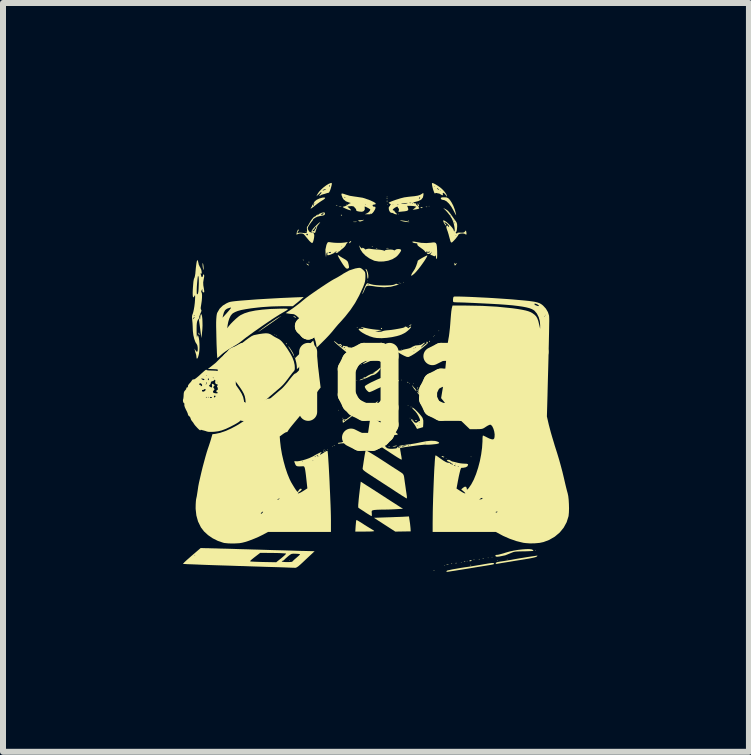
<source format=kicad_pcb>
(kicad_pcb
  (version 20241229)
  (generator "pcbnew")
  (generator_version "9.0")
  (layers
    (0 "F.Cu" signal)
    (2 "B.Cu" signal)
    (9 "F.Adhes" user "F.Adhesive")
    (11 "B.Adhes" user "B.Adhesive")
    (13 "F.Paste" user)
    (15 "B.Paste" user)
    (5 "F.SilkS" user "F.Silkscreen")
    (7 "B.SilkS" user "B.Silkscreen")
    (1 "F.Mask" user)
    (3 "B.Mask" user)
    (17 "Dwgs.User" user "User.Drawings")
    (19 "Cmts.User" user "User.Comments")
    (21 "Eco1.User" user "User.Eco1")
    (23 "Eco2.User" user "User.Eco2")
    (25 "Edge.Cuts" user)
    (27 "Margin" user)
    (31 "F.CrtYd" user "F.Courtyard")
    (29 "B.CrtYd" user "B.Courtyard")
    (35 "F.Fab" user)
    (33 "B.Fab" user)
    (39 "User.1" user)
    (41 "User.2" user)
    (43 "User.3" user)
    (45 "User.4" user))
  (footprint "cigar"
    (layer "F.Cu")
    (at 3.267 3.139)
    (property "Reference" "cigar" (at 0 0 0) (layer "F.SilkS") (effects (font (size 1.5 1.5) (thickness 0.3))))
    (attr board_only exclude_from_pos_files exclude_from_bom)
    (fp_poly (pts (xy -1.728 -0.607) (xy -1.734 -0.602) (xy -1.739 -0.607) (xy -1.734 -0.613)) (stroke (width 0) (type solid)) (fill yes) (layer "F.SilkS"))
    (fp_poly (pts (xy -1.706 -0.596) (xy -1.712 -0.591) (xy -1.717 -0.596) (xy -1.712 -0.602)) (stroke (width 0) (type solid)) (fill yes) (layer "F.SilkS"))
    (fp_poly (pts (xy -1.63 -0.913) (xy -1.635 -0.908) (xy -1.641 -0.913) (xy -1.635 -0.919)) (stroke (width 0) (type solid)) (fill yes) (layer "F.SilkS"))
    (fp_poly (pts (xy -1.488 3.156) (xy -1.493 3.161) (xy -1.499 3.156) (xy -1.493 3.15)) (stroke (width 0) (type solid)) (fill yes) (layer "F.SilkS"))
    (fp_poly (pts (xy -1.4 -0.235) (xy -1.406 -0.23) (xy -1.411 -0.235) (xy -1.406 -0.241)) (stroke (width 0) (type solid)) (fill yes) (layer "F.SilkS"))
    (fp_poly (pts (xy -1.258 -1.865) (xy -1.263 -1.86) (xy -1.269 -1.865) (xy -1.263 -1.871)) (stroke (width 0) (type solid)) (fill yes) (layer "F.SilkS"))
    (fp_poly (pts (xy -1.247 -1.843) (xy -1.252 -1.838) (xy -1.258 -1.843) (xy -1.252 -1.849)) (stroke (width 0) (type solid)) (fill yes) (layer "F.SilkS"))
    (fp_poly (pts (xy -0.908 1.307) (xy -0.913 1.313) (xy -0.919 1.307) (xy -0.913 1.302)) (stroke (width 0) (type solid)) (fill yes) (layer "F.SilkS"))
    (fp_poly (pts (xy -0.886 1.318) (xy -0.892 1.324) (xy -0.897 1.318) (xy -0.892 1.313)) (stroke (width 0) (type solid)) (fill yes) (layer "F.SilkS"))
    (fp_poly (pts (xy -0.853 1.307) (xy -0.859 1.313) (xy -0.864 1.307) (xy -0.859 1.302)) (stroke (width 0) (type solid)) (fill yes) (layer "F.SilkS"))
    (fp_poly (pts (xy -0.766 1.252) (xy -0.771 1.258) (xy -0.777 1.252) (xy -0.771 1.247)) (stroke (width 0) (type solid)) (fill yes) (layer "F.SilkS"))
    (fp_poly (pts (xy -0.667 0.651) (xy -0.673 0.656) (xy -0.678 0.651) (xy -0.673 0.645)) (stroke (width 0) (type solid)) (fill yes) (layer "F.SilkS"))
    (fp_poly (pts (xy -0.58 0.388) (xy -0.585 0.394) (xy -0.591 0.388) (xy -0.585 0.383)) (stroke (width 0) (type solid)) (fill yes) (layer "F.SilkS"))
    (fp_poly (pts (xy -0.536 -2.784) (xy -0.541 -2.778) (xy -0.547 -2.784) (xy -0.541 -2.789)) (stroke (width 0) (type solid)) (fill yes) (layer "F.SilkS"))
    (fp_poly (pts (xy -0.448 0.202) (xy -0.454 0.208) (xy -0.459 0.202) (xy -0.454 0.197)) (stroke (width 0) (type solid)) (fill yes) (layer "F.SilkS"))
    (fp_poly (pts (xy -0.405 0.18) (xy -0.41 0.186) (xy -0.416 0.18) (xy -0.41 0.175)) (stroke (width 0) (type solid)) (fill yes) (layer "F.SilkS"))
    (fp_poly (pts (xy -0.383 0.618) (xy -0.388 0.624) (xy -0.394 0.618) (xy -0.388 0.613)) (stroke (width 0) (type solid)) (fill yes) (layer "F.SilkS"))
    (fp_poly (pts (xy -0.361 0.159) (xy -0.366 0.164) (xy -0.372 0.159) (xy -0.366 0.153)) (stroke (width 0) (type solid)) (fill yes) (layer "F.SilkS"))
    (fp_poly (pts (xy -0.339 0.629) (xy -0.345 0.634) (xy -0.35 0.629) (xy -0.345 0.624)) (stroke (width 0) (type solid)) (fill yes) (layer "F.SilkS"))
    (fp_poly (pts (xy -0.186 -1.504) (xy -0.191 -1.499) (xy -0.197 -1.504) (xy -0.191 -1.51)) (stroke (width 0) (type solid)) (fill yes) (layer "F.SilkS"))
    (fp_poly (pts (xy 0.033 -0.443) (xy 0.027 -0.438) (xy 0.022 -0.443) (xy 0.027 -0.448)) (stroke (width 0) (type solid)) (fill yes) (layer "F.SilkS"))
    (fp_poly (pts (xy 0.131 1.231) (xy 0.126 1.236) (xy 0.12 1.231) (xy 0.126 1.225)) (stroke (width 0) (type solid)) (fill yes) (layer "F.SilkS"))
    (fp_poly (pts (xy 0.142 -2.915) (xy 0.137 -2.91) (xy 0.131 -2.915) (xy 0.137 -2.921)) (stroke (width 0) (type solid)) (fill yes) (layer "F.SilkS"))
    (fp_poly (pts (xy 0.153 -2.784) (xy 0.148 -2.778) (xy 0.142 -2.784) (xy 0.148 -2.789)) (stroke (width 0) (type solid)) (fill yes) (layer "F.SilkS"))
    (fp_poly (pts (xy 0.153 -0.432) (xy 0.148 -0.427) (xy 0.142 -0.432) (xy 0.148 -0.438)) (stroke (width 0) (type solid)) (fill yes) (layer "F.SilkS"))
    (fp_poly (pts (xy 0.273 -0.137) (xy 0.268 -0.131) (xy 0.263 -0.137) (xy 0.268 -0.142)) (stroke (width 0) (type solid)) (fill yes) (layer "F.SilkS"))
    (fp_poly (pts (xy 0.295 0.104) (xy 0.29 0.109) (xy 0.284 0.104) (xy 0.29 0.098)) (stroke (width 0) (type solid)) (fill yes) (layer "F.SilkS"))
    (fp_poly (pts (xy 0.328 -2.62) (xy 0.323 -2.614) (xy 0.317 -2.62) (xy 0.323 -2.625)) (stroke (width 0) (type solid)) (fill yes) (layer "F.SilkS"))
    (fp_poly (pts (xy 0.372 -1.46) (xy 0.366 -1.455) (xy 0.361 -1.46) (xy 0.366 -1.466)) (stroke (width 0) (type solid)) (fill yes) (layer "F.SilkS"))
    (fp_poly (pts (xy 0.383 -0.356) (xy 0.377 -0.35) (xy 0.372 -0.356) (xy 0.377 -0.361)) (stroke (width 0) (type solid)) (fill yes) (layer "F.SilkS"))
    (fp_poly (pts (xy 0.383 0.148) (xy 0.377 0.153) (xy 0.372 0.148) (xy 0.377 0.142)) (stroke (width 0) (type solid)) (fill yes) (layer "F.SilkS"))
    (fp_poly (pts (xy 0.416 -1.482) (xy 0.41 -1.477) (xy 0.405 -1.482) (xy 0.41 -1.488)) (stroke (width 0) (type solid)) (fill yes) (layer "F.SilkS"))
    (fp_poly (pts (xy 0.492 -0.749) (xy 0.487 -0.744) (xy 0.481 -0.749) (xy 0.487 -0.755)) (stroke (width 0) (type solid)) (fill yes) (layer "F.SilkS"))
    (fp_poly (pts (xy 0.492 0.574) (xy 0.487 0.58) (xy 0.481 0.574) (xy 0.487 0.569)) (stroke (width 0) (type solid)) (fill yes) (layer "F.SilkS"))
    (fp_poly (pts (xy 0.514 0.202) (xy 0.509 0.208) (xy 0.503 0.202) (xy 0.509 0.197)) (stroke (width 0) (type solid)) (fill yes) (layer "F.SilkS"))
    (fp_poly (pts (xy 0.525 0.782) (xy 0.52 0.788) (xy 0.514 0.782) (xy 0.52 0.777)) (stroke (width 0) (type solid)) (fill yes) (layer "F.SilkS"))
    (fp_poly (pts (xy 0.58 0.202) (xy 0.574 0.208) (xy 0.569 0.202) (xy 0.574 0.197)) (stroke (width 0) (type solid)) (fill yes) (layer "F.SilkS"))
    (fp_poly (pts (xy 0.689 -0.454) (xy 0.684 -0.448) (xy 0.678 -0.454) (xy 0.684 -0.459)) (stroke (width 0) (type solid)) (fill yes) (layer "F.SilkS"))
    (fp_poly (pts (xy 0.842 -2.751) (xy 0.837 -2.746) (xy 0.831 -2.751) (xy 0.837 -2.757)) (stroke (width 0) (type solid)) (fill yes) (layer "F.SilkS"))
    (fp_poly (pts (xy 0.919 -0.574) (xy 0.913 -0.569) (xy 0.908 -0.574) (xy 0.913 -0.58)) (stroke (width 0) (type solid)) (fill yes) (layer "F.SilkS"))
    (fp_poly (pts (xy 0.93 -0.596) (xy 0.924 -0.591) (xy 0.919 -0.596) (xy 0.924 -0.602)) (stroke (width 0) (type solid)) (fill yes) (layer "F.SilkS"))
    (fp_poly (pts (xy 1.006 -0.673) (xy 1.001 -0.667) (xy 0.995 -0.673) (xy 1.001 -0.678)) (stroke (width 0) (type solid)) (fill yes) (layer "F.SilkS"))
    (fp_poly (pts (xy 1.105 3.243) (xy 1.099 3.249) (xy 1.094 3.243) (xy 1.099 3.238)) (stroke (width 0) (type solid)) (fill yes) (layer "F.SilkS"))
    (fp_poly (pts (xy 1.127 1.46) (xy 1.121 1.466) (xy 1.116 1.46) (xy 1.121 1.455)) (stroke (width 0) (type solid)) (fill yes) (layer "F.SilkS"))
    (fp_poly (pts (xy 1.378 3.189) (xy 1.373 3.194) (xy 1.367 3.189) (xy 1.373 3.183)) (stroke (width 0) (type solid)) (fill yes) (layer "F.SilkS"))
    (fp_poly (pts (xy 1.477 3.167) (xy 1.471 3.172) (xy 1.466 3.167) (xy 1.471 3.161)) (stroke (width 0) (type solid)) (fill yes) (layer "F.SilkS"))
    (fp_poly (pts (xy 1.542 1.428) (xy 1.537 1.433) (xy 1.531 1.428) (xy 1.537 1.422)) (stroke (width 0) (type solid)) (fill yes) (layer "F.SilkS"))
    (fp_poly (pts (xy 1.827 3.112) (xy 1.821 3.118) (xy 1.816 3.112) (xy 1.821 3.107)) (stroke (width 0) (type solid)) (fill yes) (layer "F.SilkS"))
    (fp_poly (pts (xy 1.892 3.101) (xy 1.887 3.107) (xy 1.881 3.101) (xy 1.887 3.096)) (stroke (width 0) (type solid)) (fill yes) (layer "F.SilkS"))
    (fp_poly (pts (xy 1.98 3.156) (xy 1.974 3.161) (xy 1.969 3.156) (xy 1.974 3.15)) (stroke (width 0) (type solid)) (fill yes) (layer "F.SilkS"))
    (fp_poly (pts (xy 2.144 3.134) (xy 2.139 3.139) (xy 2.133 3.134) (xy 2.139 3.129)) (stroke (width 0) (type solid)) (fill yes) (layer "F.SilkS"))
    (fp_poly (pts (xy 2.614 2.992) (xy 2.609 2.997) (xy 2.603 2.992) (xy 2.609 2.986)) (stroke (width 0) (type solid)) (fill yes) (layer "F.SilkS"))
    (fp_poly (pts (xy -1.207 -2.326) (xy -1.208 -2.32) (xy -1.214 -2.319) (xy -1.223 -2.323) (xy -1.222 -2.326) (xy -1.209 -2.328)) (stroke (width 0) (type solid)) (fill yes) (layer "F.SilkS"))
    (fp_poly (pts (xy -1.163 -1.83) (xy -1.162 -1.807) (xy -1.163 -1.802) (xy -1.167 -1.801) (xy -1.169 -1.816) (xy -1.167 -1.831)) (stroke (width 0) (type solid)) (fill yes) (layer "F.SilkS"))
    (fp_poly (pts (xy -0.737 1.24) (xy -0.738 1.246) (xy -0.744 1.247) (xy -0.753 1.243) (xy -0.751 1.24) (xy -0.738 1.238)) (stroke (width 0) (type solid)) (fill yes) (layer "F.SilkS"))
    (fp_poly (pts (xy -0.692 -2.763) (xy -0.695 -2.758) (xy -0.706 -2.757) (xy -0.718 -2.76) (xy -0.713 -2.764) (xy -0.696 -2.765)) (stroke (width 0) (type solid)) (fill yes) (layer "F.SilkS"))
    (fp_poly (pts (xy -0.594 0.78) (xy -0.596 0.787) (xy -0.602 0.788) (xy -0.611 0.784) (xy -0.609 0.78) (xy -0.596 0.779)) (stroke (width 0) (type solid)) (fill yes) (layer "F.SilkS"))
    (fp_poly (pts (xy -0.562 0.354) (xy -0.56 0.367) (xy -0.562 0.368) (xy -0.568 0.367) (xy -0.569 0.361) (xy -0.565 0.352)) (stroke (width 0) (type solid)) (fill yes) (layer "F.SilkS"))
    (fp_poly (pts (xy -0.55 0.293) (xy -0.549 0.31) (xy -0.551 0.314) (xy -0.556 0.311) (xy -0.557 0.3) (xy -0.554 0.288)) (stroke (width 0) (type solid)) (fill yes) (layer "F.SilkS"))
    (fp_poly (pts (xy -0.391 1.24) (xy -0.39 1.244) (xy -0.405 1.245) (xy -0.42 1.244) (xy -0.418 1.24) (xy -0.396 1.238)) (stroke (width 0) (type solid)) (fill yes) (layer "F.SilkS"))
    (fp_poly (pts (xy -0.354 -0.729) (xy -0.355 -0.723) (xy -0.361 -0.722) (xy -0.37 -0.726) (xy -0.368 -0.729) (xy -0.355 -0.731)) (stroke (width 0) (type solid)) (fill yes) (layer "F.SilkS"))
    (fp_poly (pts (xy -0.354 1.229) (xy -0.355 1.235) (xy -0.361 1.236) (xy -0.37 1.232) (xy -0.368 1.229) (xy -0.355 1.227)) (stroke (width 0) (type solid)) (fill yes) (layer "F.SilkS"))
    (fp_poly (pts (xy -0.288 -0.117) (xy -0.29 -0.11) (xy -0.295 -0.109) (xy -0.304 -0.113) (xy -0.303 -0.117) (xy -0.29 -0.118)) (stroke (width 0) (type solid)) (fill yes) (layer "F.SilkS"))
    (fp_poly (pts (xy -0.249 1.229) (xy -0.247 1.233) (xy -0.263 1.234) (xy -0.278 1.233) (xy -0.276 1.229) (xy -0.254 1.227)) (stroke (width 0) (type solid)) (fill yes) (layer "F.SilkS"))
    (fp_poly (pts (xy -0.102 -2.086) (xy -0.104 -2.079) (xy -0.109 -2.078) (xy -0.118 -2.082) (xy -0.117 -2.086) (xy -0.104 -2.087)) (stroke (width 0) (type solid)) (fill yes) (layer "F.SilkS"))
    (fp_poly (pts (xy -0.025 -2.052) (xy -0.028 -2.047) (xy -0.039 -2.046) (xy -0.051 -2.049) (xy -0.046 -2.053) (xy -0.029 -2.054)) (stroke (width 0) (type solid)) (fill yes) (layer "F.SilkS"))
    (fp_poly (pts (xy -0.014 -0.466) (xy -0.017 -0.461) (xy -0.028 -0.46) (xy -0.04 -0.463) (xy -0.035 -0.467) (xy -0.018 -0.468)) (stroke (width 0) (type solid)) (fill yes) (layer "F.SilkS"))
    (fp_poly (pts (xy 0.04 -0.478) (xy 0.041 -0.465) (xy 0.04 -0.463) (xy 0.034 -0.465) (xy 0.033 -0.47) (xy 0.037 -0.479)) (stroke (width 0) (type solid)) (fill yes) (layer "F.SilkS"))
    (fp_poly (pts (xy 0.139 -2.847) (xy 0.14 -2.824) (xy 0.139 -2.819) (xy 0.135 -2.818) (xy 0.133 -2.833) (xy 0.135 -2.849)) (stroke (width 0) (type solid)) (fill yes) (layer "F.SilkS"))
    (fp_poly (pts (xy 0.139 -2.89) (xy 0.14 -2.873) (xy 0.138 -2.869) (xy 0.133 -2.872) (xy 0.132 -2.883) (xy 0.135 -2.895)) (stroke (width 0) (type solid)) (fill yes) (layer "F.SilkS"))
    (fp_poly (pts (xy 0.183 1.251) (xy 0.18 1.256) (xy 0.169 1.257) (xy 0.157 1.254) (xy 0.162 1.25) (xy 0.179 1.249)) (stroke (width 0) (type solid)) (fill yes) (layer "F.SilkS"))
    (fp_poly (pts (xy 0.226 -0.39) (xy 0.225 -0.384) (xy 0.219 -0.383) (xy 0.21 -0.387) (xy 0.211 -0.39) (xy 0.224 -0.391)) (stroke (width 0) (type solid)) (fill yes) (layer "F.SilkS"))
    (fp_poly (pts (xy 0.259 -0.368) (xy 0.257 -0.362) (xy 0.252 -0.361) (xy 0.243 -0.365) (xy 0.244 -0.368) (xy 0.257 -0.37)) (stroke (width 0) (type solid)) (fill yes) (layer "F.SilkS"))
    (fp_poly (pts (xy 0.346 -1.473) (xy 0.345 -1.467) (xy 0.339 -1.466) (xy 0.33 -1.47) (xy 0.332 -1.473) (xy 0.345 -1.474)) (stroke (width 0) (type solid)) (fill yes) (layer "F.SilkS"))
    (fp_poly (pts (xy 0.5 -2.512) (xy 0.498 -2.506) (xy 0.492 -2.505) (xy 0.483 -2.509) (xy 0.485 -2.512) (xy 0.498 -2.514)) (stroke (width 0) (type solid)) (fill yes) (layer "F.SilkS"))
    (fp_poly (pts (xy 0.543 0.594) (xy 0.542 0.601) (xy 0.536 0.602) (xy 0.527 0.598) (xy 0.529 0.594) (xy 0.542 0.593)) (stroke (width 0) (type solid)) (fill yes) (layer "F.SilkS"))
    (fp_poly (pts (xy 0.675 -2.808) (xy 0.676 -2.795) (xy 0.675 -2.793) (xy 0.668 -2.795) (xy 0.667 -2.8) (xy 0.671 -2.809)) (stroke (width 0) (type solid)) (fill yes) (layer "F.SilkS"))
    (fp_poly (pts (xy 0.807 -2.741) (xy 0.803 -2.736) (xy 0.792 -2.736) (xy 0.78 -2.738) (xy 0.786 -2.742) (xy 0.803 -2.743)) (stroke (width 0) (type solid)) (fill yes) (layer "F.SilkS"))
    (fp_poly (pts (xy 0.926 3.318) (xy 0.925 3.325) (xy 0.919 3.325) (xy 0.91 3.321) (xy 0.912 3.318) (xy 0.925 3.317)) (stroke (width 0) (type solid)) (fill yes) (layer "F.SilkS"))
    (fp_poly (pts (xy 1.222 3.209) (xy 1.22 3.215) (xy 1.214 3.216) (xy 1.205 3.212) (xy 1.207 3.209) (xy 1.22 3.207)) (stroke (width 0) (type solid)) (fill yes) (layer "F.SilkS"))
    (fp_poly (pts (xy 1.299 3.198) (xy 1.295 3.203) (xy 1.284 3.204) (xy 1.273 3.202) (xy 1.278 3.198) (xy 1.295 3.196)) (stroke (width 0) (type solid)) (fill yes) (layer "F.SilkS"))
    (fp_poly (pts (xy 1.441 3.177) (xy 1.438 3.182) (xy 1.427 3.182) (xy 1.415 3.18) (xy 1.42 3.176) (xy 1.437 3.174)) (stroke (width 0) (type solid)) (fill yes) (layer "F.SilkS"))
    (fp_poly (pts (xy 1.539 3.231) (xy 1.537 3.237) (xy 1.531 3.238) (xy 1.522 3.234) (xy 1.524 3.231) (xy 1.537 3.229)) (stroke (width 0) (type solid)) (fill yes) (layer "F.SilkS"))
    (fp_poly (pts (xy 1.593 3.143) (xy 1.592 3.15) (xy 1.586 3.15) (xy 1.577 3.146) (xy 1.579 3.143) (xy 1.592 3.142)) (stroke (width 0) (type solid)) (fill yes) (layer "F.SilkS"))
    (fp_poly (pts (xy 1.681 3.132) (xy 1.679 3.139) (xy 1.674 3.139) (xy 1.665 3.135) (xy 1.666 3.132) (xy 1.679 3.131)) (stroke (width 0) (type solid)) (fill yes) (layer "F.SilkS"))
    (fp_poly (pts (xy 1.747 3.121) (xy 1.745 3.128) (xy 1.739 3.129) (xy 1.73 3.125) (xy 1.732 3.121) (xy 1.745 3.12)) (stroke (width 0) (type solid)) (fill yes) (layer "F.SilkS"))
    (fp_poly (pts (xy -1.544 -0.466) (xy -1.532 -0.455) (xy -1.535 -0.449) (xy -1.536 -0.448) (xy -1.546 -0.456) (xy -1.549 -0.461) (xy -1.55 -0.469)) (stroke (width 0) (type solid)) (fill yes) (layer "F.SilkS"))
    (fp_poly (pts (xy 0.189 -0.408) (xy 0.191 -0.405) (xy 0.195 -0.395) (xy 0.185 -0.399) (xy 0.175 -0.405) (xy 0.167 -0.414) (xy 0.172 -0.416)) (stroke (width 0) (type solid)) (fill yes) (layer "F.SilkS"))
    (fp_poly (pts (xy 0.48 0.179) (xy 0.491 0.19) (xy 0.489 0.197) (xy 0.487 0.197) (xy 0.478 0.189) (xy 0.475 0.184) (xy 0.474 0.177)) (stroke (width 0) (type solid)) (fill yes) (layer "F.SilkS"))
    (fp_poly (pts (xy 0.624 0.815) (xy 0.634 0.826) (xy 0.623 0.831) (xy 0.617 0.831) (xy 0.606 0.826) (xy 0.607 0.82) (xy 0.62 0.814)) (stroke (width 0) (type solid)) (fill yes) (layer "F.SilkS"))
    (fp_poly (pts (xy 0.653 0.279) (xy 0.647 0.287) (xy 0.638 0.294) (xy 0.64 0.283) (xy 0.641 0.281) (xy 0.649 0.268) (xy 0.654 0.268)) (stroke (width 0) (type solid)) (fill yes) (layer "F.SilkS"))
    (fp_poly (pts (xy 0.73 -2.732) (xy 0.729 -2.726) (xy 0.717 -2.72) (xy 0.699 -2.72) (xy 0.694 -2.724) (xy 0.698 -2.732) (xy 0.71 -2.735)) (stroke (width 0) (type solid)) (fill yes) (layer "F.SilkS"))
    (fp_poly (pts (xy 0.844 -0.507) (xy 0.849 -0.495) (xy 0.847 -0.491) (xy 0.838 -0.482) (xy 0.835 -0.493) (xy 0.835 -0.497) (xy 0.84 -0.508)) (stroke (width 0) (type solid)) (fill yes) (layer "F.SilkS"))
    (fp_poly (pts (xy -2.998 -0.635) (xy -2.996 -0.631) (xy -2.989 -0.613) (xy -2.992 -0.604) (xy -3.001 -0.609) (xy -3.007 -0.625) (xy -3.008 -0.634) (xy -3.006 -0.644)) (stroke (width 0) (type solid)) (fill yes) (layer "F.SilkS"))
    (fp_poly (pts (xy -1.186 -1.787) (xy -1.174 -1.778) (xy -1.165 -1.765) (xy -1.17 -1.762) (xy -1.188 -1.771) (xy -1.197 -1.778) (xy -1.208 -1.79) (xy -1.205 -1.794)) (stroke (width 0) (type solid)) (fill yes) (layer "F.SilkS"))
    (fp_poly (pts (xy -0.908 1.332) (xy -0.908 1.335) (xy -0.912 1.345) (xy -0.913 1.345) (xy -0.922 1.338) (xy -0.924 1.335) (xy -0.923 1.324) (xy -0.92 1.324)) (stroke (width 0) (type solid)) (fill yes) (layer "F.SilkS"))
    (fp_poly (pts (xy -0.626 -2.742) (xy -0.623 -2.739) (xy -0.638 -2.737) (xy -0.645 -2.737) (xy -0.665 -2.738) (xy -0.668 -2.741) (xy -0.665 -2.742) (xy -0.637 -2.744)) (stroke (width 0) (type solid)) (fill yes) (layer "F.SilkS"))
    (fp_poly (pts (xy -0.624 -2.609) (xy -0.613 -2.599) (xy -0.613 -2.597) (xy -0.621 -2.593) (xy -0.624 -2.593) (xy -0.634 -2.601) (xy -0.634 -2.604) (xy -0.628 -2.611)) (stroke (width 0) (type solid)) (fill yes) (layer "F.SilkS"))
    (fp_poly (pts (xy -0.463 -2.16) (xy -0.475 -2.145) (xy -0.49 -2.134) (xy -0.495 -2.133) (xy -0.497 -2.14) (xy -0.487 -2.155) (xy -0.471 -2.169) (xy -0.462 -2.172)) (stroke (width 0) (type solid)) (fill yes) (layer "F.SilkS"))
    (fp_poly (pts (xy -0.375 0.696) (xy -0.377 0.7) (xy -0.388 0.711) (xy -0.39 0.711) (xy -0.39 0.704) (xy -0.388 0.7) (xy -0.378 0.69) (xy -0.376 0.689)) (stroke (width 0) (type solid)) (fill yes) (layer "F.SilkS"))
    (fp_poly (pts (xy -0.369 -2.491) (xy -0.365 -2.488) (xy -0.379 -2.487) (xy -0.399 -2.486) (xy -0.424 -2.487) (xy -0.431 -2.489) (xy -0.424 -2.491) (xy -0.391 -2.493)) (stroke (width 0) (type solid)) (fill yes) (layer "F.SilkS"))
    (fp_poly (pts (xy -0.189 -0.4) (xy -0.197 -0.394) (xy -0.217 -0.385) (xy -0.224 -0.383) (xy -0.226 -0.388) (xy -0.219 -0.394) (xy -0.199 -0.403) (xy -0.191 -0.404)) (stroke (width 0) (type solid)) (fill yes) (layer "F.SilkS"))
    (fp_poly (pts (xy 0.054 -0.714) (xy 0.055 -0.711) (xy 0.046 -0.7) (xy 0.044 -0.7) (xy 0.033 -0.708) (xy 0.033 -0.711) (xy 0.041 -0.722) (xy 0.044 -0.722)) (stroke (width 0) (type solid)) (fill yes) (layer "F.SilkS"))
    (fp_poly (pts (xy 0.161 -2.053) (xy 0.165 -2.05) (xy 0.15 -2.048) (xy 0.142 -2.048) (xy 0.122 -2.049) (xy 0.12 -2.052) (xy 0.123 -2.053) (xy 0.151 -2.055)) (stroke (width 0) (type solid)) (fill yes) (layer "F.SilkS"))
    (fp_poly (pts (xy 0.546 -0.775) (xy 0.538 -0.767) (xy 0.536 -0.766) (xy 0.516 -0.756) (xy 0.506 -0.758) (xy 0.509 -0.766) (xy 0.524 -0.775) (xy 0.534 -0.776)) (stroke (width 0) (type solid)) (fill yes) (layer "F.SilkS"))
    (fp_poly (pts (xy 1.162 3.22) (xy 1.163 3.223) (xy 1.146 3.225) (xy 1.143 3.225) (xy 1.126 3.223) (xy 1.128 3.22) (xy 1.13 3.219) (xy 1.153 3.218)) (stroke (width 0) (type solid)) (fill yes) (layer "F.SilkS"))
    (fp_poly (pts (xy 1.55 3.152) (xy 1.546 3.159) (xy 1.542 3.161) (xy 1.52 3.172) (xy 1.51 3.165) (xy 1.51 3.161) (xy 1.519 3.153) (xy 1.534 3.151)) (stroke (width 0) (type solid)) (fill yes) (layer "F.SilkS"))
    (fp_poly (pts (xy -1.399 -0.911) (xy -1.389 -0.902) (xy -1.38 -0.89) (xy -1.384 -0.888) (xy -1.405 -0.899) (xy -1.411 -0.902) (xy -1.427 -0.914) (xy -1.423 -0.918) (xy -1.421 -0.918)) (stroke (width 0) (type solid)) (fill yes) (layer "F.SilkS"))
    (fp_poly (pts (xy 0.3 1.244) (xy 0.295 1.247) (xy 0.28 1.253) (xy 0.259 1.257) (xy 0.239 1.258) (xy 0.229 1.257) (xy 0.231 1.254) (xy 0.243 1.25) (xy 0.269 1.244) (xy 0.273 1.243) (xy 0.297 1.24)) (stroke (width 0) (type solid)) (fill yes) (layer "F.SilkS"))
    (fp_poly (pts (xy -2.933 -1.797) (xy -2.928 -1.778) (xy -2.924 -1.75) (xy -2.922 -1.72) (xy -2.923 -1.7) (xy -2.926 -1.688) (xy -2.93 -1.696) (xy -2.934 -1.725) (xy -2.936 -1.732) (xy -2.939 -1.767) (xy -2.94 -1.793) (xy -2.939 -1.801)) (stroke (width 0) (type solid)) (fill yes) (layer "F.SilkS"))
    (fp_poly (pts (xy -0.249 -2.521) (xy -0.268 -2.511) (xy -0.299 -2.498) (xy -0.319 -2.496) (xy -0.338 -2.504) (xy -0.339 -2.505) (xy -0.346 -2.512) (xy -0.334 -2.516) (xy -0.323 -2.516) (xy -0.288 -2.518) (xy -0.263 -2.522) (xy -0.247 -2.524)) (stroke (width 0) (type solid)) (fill yes) (layer "F.SilkS"))
    (fp_poly (pts (xy 1.265 -1.804) (xy 1.266 -1.802) (xy 1.272 -1.788) (xy 1.285 -1.794) (xy 1.288 -1.796) (xy 1.299 -1.804) (xy 1.298 -1.797) (xy 1.292 -1.786) (xy 1.276 -1.765) (xy 1.264 -1.764) (xy 1.259 -1.784) (xy 1.259 -1.791) (xy 1.261 -1.808)) (stroke (width 0) (type solid)) (fill yes) (layer "F.SilkS"))
    (fp_poly (pts (xy -0.229 0.606) (xy -0.219 0.614) (xy -0.219 0.615) (xy -0.228 0.621) (xy -0.245 0.619) (xy -0.268 0.618) (xy -0.279 0.623) (xy -0.295 0.633) (xy -0.304 0.634) (xy -0.315 0.633) (xy -0.308 0.625) (xy -0.301 0.619) (xy -0.278 0.609) (xy -0.251 0.605)) (stroke (width 0) (type solid)) (fill yes) (layer "F.SilkS"))
    (fp_poly (pts (xy 0.154 -0.199) (xy 0.179 -0.188) (xy 0.203 -0.175) (xy 0.229 -0.158) (xy 0.242 -0.147) (xy 0.241 -0.143) (xy 0.221 -0.149) (xy 0.194 -0.163) (xy 0.191 -0.165) (xy 0.166 -0.18) (xy 0.149 -0.189) (xy 0.148 -0.19) (xy 0.141 -0.198) (xy 0.143 -0.2)) (stroke (width 0) (type solid)) (fill yes) (layer "F.SilkS"))
    (fp_poly (pts (xy 0.395 -2.512) (xy 0.435 -2.506) (xy 0.465 -2.5) (xy 0.498 -2.492) (xy 0.51 -2.487) (xy 0.503 -2.485) (xy 0.492 -2.485) (xy 0.459 -2.488) (xy 0.417 -2.495) (xy 0.394 -2.5) (xy 0.363 -2.507) (xy 0.354 -2.512) (xy 0.364 -2.514) (xy 0.366 -2.514)) (stroke (width 0) (type solid)) (fill yes) (layer "F.SilkS"))
    (fp_poly (pts (xy -0.206 -1.697) (xy -0.193 -1.672) (xy -0.182 -1.638) (xy -0.176 -1.601) (xy -0.175 -1.587) (xy -0.177 -1.553) (xy -0.182 -1.54) (xy -0.188 -1.547) (xy -0.193 -1.573) (xy -0.194 -1.594) (xy -0.199 -1.634) (xy -0.207 -1.667) (xy -0.214 -1.681) (xy -0.222 -1.7) (xy -0.218 -1.706)) (stroke (width 0) (type solid)) (fill yes) (layer "F.SilkS"))
    (fp_poly (pts (xy 0.567 0.245) (xy 0.569 0.249) (xy 0.58 0.268) (xy 0.588 0.274) (xy 0.598 0.282) (xy 0.613 0.303) (xy 0.615 0.306) (xy 0.627 0.33) (xy 0.628 0.337) (xy 0.616 0.327) (xy 0.592 0.3) (xy 0.572 0.273) (xy 0.56 0.25) (xy 0.559 0.243) (xy 0.561 0.234)) (stroke (width 0) (type solid)) (fill yes) (layer "F.SilkS"))
    (fp_poly (pts (xy 1.059 1.416) (xy 1.083 1.421) (xy 1.091 1.43) (xy 1.085 1.437) (xy 1.07 1.436) (xy 1.056 1.429) (xy 1.054 1.428) (xy 1.072 1.428) (xy 1.077 1.433) (xy 1.083 1.428) (xy 1.077 1.422) (xy 1.072 1.428) (xy 1.054 1.428) (xy 1.043 1.418) (xy 1.049 1.416)) (stroke (width 0) (type solid)) (fill yes) (layer "F.SilkS"))
    (fp_poly (pts (xy -1.5 -0.407) (xy -1.478 -0.378) (xy -1.456 -0.344) (xy -1.435 -0.309) (xy -1.421 -0.279) (xy -1.415 -0.259) (xy -1.415 -0.255) (xy -1.422 -0.256) (xy -1.422 -0.259) (xy -1.428 -0.273) (xy -1.443 -0.3) (xy -1.464 -0.336) (xy -1.477 -0.357) (xy -1.499 -0.392) (xy -1.51 -0.412) (xy -1.508 -0.415)) (stroke (width 0) (type solid)) (fill yes) (layer "F.SilkS"))
    (fp_poly (pts (xy 0.513 2.494) (xy 0.52 2.541) (xy 0.525 2.59) (xy 0.528 2.618) (xy 0.531 2.671) (xy 0.402 2.673) (xy 0.274 2.675) (xy 0.096 2.56) (xy -0.082 2.445) (xy 0.137 2.437) (xy 0.209 2.435) (xy 0.28 2.432) (xy 0.343 2.43) (xy 0.394 2.428) (xy 0.429 2.426) (xy 0.429 2.426) (xy 0.502 2.422)) (stroke (width 0) (type solid)) (fill yes) (layer "F.SilkS"))
    (fp_poly (pts (xy -0.565 1.177) (xy -0.541 1.182) (xy -0.526 1.189) (xy -0.525 1.193) (xy -0.535 1.198) (xy -0.56 1.201) (xy -0.58 1.202) (xy -0.617 1.203) (xy -0.647 1.206) (xy -0.656 1.209) (xy -0.676 1.209) (xy -0.683 1.204) (xy -0.679 1.196) (xy -0.657 1.192) (xy -0.654 1.192) (xy -0.625 1.189) (xy -0.606 1.182) (xy -0.606 1.181) (xy -0.59 1.176)) (stroke (width 0) (type solid)) (fill yes) (layer "F.SilkS"))
    (fp_poly (pts (xy -0.013 0.507) (xy -0.019 0.51) (xy -0.028 0.521) (xy -0.027 0.526) (xy -0.03 0.534) (xy -0.038 0.536) (xy -0.05 0.541) (xy -0.049 0.547) (xy -0.05 0.556) (xy -0.064 0.557) (xy -0.084 0.549) (xy -0.088 0.547) (xy -0.096 0.539) (xy -0.086 0.536) (xy -0.081 0.536) (xy -0.055 0.529) (xy -0.044 0.52) (xy -0.027 0.506) (xy -0.018 0.504)) (stroke (width 0) (type solid)) (fill yes) (layer "F.SilkS"))
    (fp_poly (pts (xy -1.652 -0.905) (xy -1.663 -0.896) (xy -1.689 -0.877) (xy -1.725 -0.851) (xy -1.769 -0.82) (xy -1.818 -0.786) (xy -1.867 -0.752) (xy -1.914 -0.72) (xy -1.954 -0.692) (xy -1.986 -0.671) (xy -2.005 -0.659) (xy -2.01 -0.656) (xy -2.005 -0.662) (xy -1.986 -0.678) (xy -1.956 -0.701) (xy -1.946 -0.709) (xy -1.896 -0.746) (xy -1.844 -0.783) (xy -1.794 -0.818) (xy -1.747 -0.85) (xy -1.707 -0.877) (xy -1.675 -0.896) (xy -1.655 -0.908) (xy -1.649 -0.908)) (stroke (width 0) (type solid)) (fill yes) (layer "F.SilkS"))
    (fp_poly (pts (xy -0.673 -1.932) (xy -0.659 -1.923) (xy -0.64 -1.909) (xy -0.608 -1.89) (xy -0.579 -1.873) (xy -0.545 -1.852) (xy -0.525 -1.835) (xy -0.514 -1.814) (xy -0.505 -1.781) (xy -0.498 -1.746) (xy -0.498 -1.726) (xy -0.505 -1.716) (xy -0.506 -1.716) (xy -0.527 -1.708) (xy -0.547 -1.715) (xy -0.57 -1.74) (xy -0.571 -1.742) (xy -0.595 -1.774) (xy -0.62 -1.813) (xy -0.644 -1.852) (xy -0.665 -1.888) (xy -0.679 -1.916) (xy -0.685 -1.932) (xy -0.684 -1.934)) (stroke (width 0) (type solid)) (fill yes) (layer "F.SilkS"))
    (fp_poly (pts (xy -0.362 2.486) (xy -0.344 2.496) (xy -0.314 2.514) (xy -0.271 2.541) (xy -0.241 2.561) (xy -0.196 2.589) (xy -0.154 2.615) (xy -0.122 2.634) (xy -0.107 2.643) (xy -0.086 2.656) (xy -0.077 2.666) (xy -0.077 2.667) (xy -0.087 2.669) (xy -0.115 2.672) (xy -0.158 2.674) (xy -0.211 2.674) (xy -0.235 2.675) (xy -0.393 2.675) (xy -0.387 2.582) (xy -0.383 2.539) (xy -0.38 2.506) (xy -0.377 2.487) (xy -0.376 2.485) (xy -0.372 2.483)) (stroke (width 0) (type solid)) (fill yes) (layer "F.SilkS"))
    (fp_poly (pts (xy 1.129 -2.897) (xy 1.156 -2.885) (xy 1.185 -2.855) (xy 1.214 -2.811) (xy 1.242 -2.757) (xy 1.265 -2.697) (xy 1.273 -2.671) (xy 1.282 -2.635) (xy 1.288 -2.609) (xy 1.289 -2.599) (xy 1.283 -2.607) (xy 1.27 -2.63) (xy 1.252 -2.664) (xy 1.243 -2.682) (xy 1.207 -2.744) (xy 1.168 -2.795) (xy 1.129 -2.832) (xy 1.092 -2.852) (xy 1.073 -2.855) (xy 1.049 -2.86) (xy 1.035 -2.873) (xy 1.033 -2.887) (xy 1.04 -2.894) (xy 1.061 -2.899) (xy 1.1 -2.899)) (stroke (width 0) (type solid)) (fill yes) (layer "F.SilkS"))
    (fp_poly (pts (xy -1.083 -0.472) (xy -1.076 -0.44) (xy -1.072 -0.416) (xy -1.072 -0.414) (xy -1.066 -0.393) (xy -1.06 -0.388) (xy -1.06 -0.376) (xy -1.076 -0.353) (xy -1.102 -0.324) (xy -1.131 -0.292) (xy -1.17 -0.25) (xy -1.212 -0.203) (xy -1.241 -0.17) (xy -1.287 -0.117) (xy -1.32 -0.079) (xy -1.343 -0.055) (xy -1.357 -0.041) (xy -1.364 -0.038) (xy -1.367 -0.042) (xy -1.368 -0.053) (xy -1.367 -0.066) (xy -1.37 -0.1) (xy -1.377 -0.142) (xy -1.382 -0.161) (xy -1.397 -0.218) (xy -1.245 -0.365) (xy -1.094 -0.511)) (stroke (width 0) (type solid)) (fill yes) (layer "F.SilkS"))
    (fp_poly (pts (xy 0.809 -1.93) (xy 0.803 -1.911) (xy 0.785 -1.879) (xy 0.759 -1.838) (xy 0.727 -1.792) (xy 0.692 -1.744) (xy 0.657 -1.699) (xy 0.625 -1.661) (xy 0.598 -1.633) (xy 0.595 -1.629) (xy 0.563 -1.603) (xy 0.545 -1.591) (xy 0.539 -1.593) (xy 0.542 -1.609) (xy 0.542 -1.609) (xy 0.554 -1.634) (xy 0.574 -1.664) (xy 0.58 -1.673) (xy 0.602 -1.708) (xy 0.623 -1.756) (xy 0.641 -1.808) (xy 0.649 -1.841) (xy 0.659 -1.85) (xy 0.681 -1.864) (xy 0.711 -1.882) (xy 0.745 -1.901) (xy 0.776 -1.917) (xy 0.799 -1.928) (xy 0.809 -1.93)) (stroke (width 0) (type solid)) (fill yes) (layer "F.SilkS"))
    (fp_poly (pts (xy -0.41 0.713) (xy -0.414 0.72) (xy -0.431 0.735) (xy -0.462 0.761) (xy -0.51 0.797) (xy -0.559 0.833) (xy -0.599 0.863) (xy -0.604 0.832) (xy -0.604 0.82) (xy -0.585 0.82) (xy -0.585 0.831) (xy -0.581 0.831) (xy -0.566 0.823) (xy -0.563 0.82) (xy -0.564 0.81) (xy -0.568 0.809) (xy -0.583 0.817) (xy -0.585 0.82) (xy -0.604 0.82) (xy -0.605 0.812) (xy -0.595 0.804) (xy -0.575 0.804) (xy -0.55 0.804) (xy -0.536 0.799) (xy -0.523 0.787) (xy -0.499 0.769) (xy -0.47 0.749) (xy -0.442 0.73) (xy -0.42 0.717) (xy -0.41 0.713)) (stroke (width 0) (type solid)) (fill yes) (layer "F.SilkS"))
    (fp_poly (pts (xy 2.545 2.971) (xy 2.556 2.974) (xy 2.574 2.986) (xy 2.577 2.995) (xy 2.563 2.998) (xy 2.533 3) (xy 2.488 3.002) (xy 2.434 3.004) (xy 2.414 3.004) (xy 2.35 3.005) (xy 2.303 3.007) (xy 2.269 3.01) (xy 2.243 3.016) (xy 2.222 3.024) (xy 2.215 3.027) (xy 2.109 3.07) (xy 2.012 3.09) (xy 1.975 3.094) (xy 1.955 3.092) (xy 1.945 3.084) (xy 1.944 3.08) (xy 1.944 3.068) (xy 1.96 3.063) (xy 1.97 3.063) (xy 1.993 3.06) (xy 2.032 3.05) (xy 2.079 3.037) (xy 2.12 3.024) (xy 2.18 3.007) (xy 2.248 2.992) (xy 2.319 2.98) (xy 2.389 2.972) (xy 2.453 2.967) (xy 2.506 2.966)) (stroke (width 0) (type solid)) (fill yes) (layer "F.SilkS"))
    (fp_poly (pts (xy 0.173 0.087) (xy 0.179 0.09) (xy 0.202 0.1) (xy 0.237 0.114) (xy 0.268 0.125) (xy 0.302 0.139) (xy 0.327 0.151) (xy 0.335 0.159) (xy 0.326 0.166) (xy 0.3 0.176) (xy 0.262 0.188) (xy 0.242 0.193) (xy 0.156 0.217) (xy 0.069 0.25) (xy -0.026 0.292) (xy -0.068 0.313) (xy -0.106 0.331) (xy -0.139 0.344) (xy -0.16 0.35) (xy -0.161 0.35) (xy -0.178 0.341) (xy -0.2 0.32) (xy -0.212 0.306) (xy -0.23 0.276) (xy -0.235 0.258) (xy -0.23 0.247) (xy -0.212 0.233) (xy -0.178 0.213) (xy -0.134 0.189) (xy -0.082 0.165) (xy -0.029 0.14) (xy 0.021 0.119) (xy 0.065 0.103) (xy 0.081 0.098) (xy 0.124 0.087) (xy 0.153 0.084)) (stroke (width 0) (type solid)) (fill yes) (layer "F.SilkS"))
    (fp_poly (pts (xy -0.895 -2.89) (xy -0.901 -2.877) (xy -0.927 -2.857) (xy -0.944 -2.847) (xy -0.981 -2.823) (xy -1.026 -2.791) (xy -1.068 -2.758) (xy -1.069 -2.757) (xy -1.101 -2.732) (xy -1.124 -2.716) (xy -1.137 -2.71) (xy -1.138 -2.711) (xy -1.131 -2.728) (xy -1.123 -2.737) (xy -1.113 -2.755) (xy -1.113 -2.765) (xy -1.11 -2.777) (xy -1.105 -2.778) (xy -1.098 -2.772) (xy -1.099 -2.768) (xy -1.098 -2.757) (xy -1.093 -2.757) (xy -1.086 -2.765) (xy -1.087 -2.773) (xy -1.087 -2.795) (xy -1.072 -2.795) (xy -1.067 -2.789) (xy -1.061 -2.795) (xy -1.067 -2.8) (xy -1.072 -2.795) (xy -1.087 -2.795) (xy -1.087 -2.802) (xy -1.069 -2.831) (xy -1.036 -2.858) (xy -0.99 -2.88) (xy -0.939 -2.894) (xy -0.907 -2.896)) (stroke (width 0) (type solid)) (fill yes) (layer "F.SilkS"))
    (fp_poly (pts (xy 2.645 3.078) (xy 2.636 3.089) (xy 2.636 3.089) (xy 2.618 3.099) (xy 2.581 3.109) (xy 2.528 3.12) (xy 2.488 3.127) (xy 2.429 3.137) (xy 2.356 3.149) (xy 2.278 3.161) (xy 2.201 3.174) (xy 2.177 3.178) (xy 2.115 3.188) (xy 2.059 3.197) (xy 2.013 3.205) (xy 1.982 3.21) (xy 1.972 3.213) (xy 1.952 3.213) (xy 1.947 3.202) (xy 1.954 3.193) (xy 1.975 3.184) (xy 2.014 3.176) (xy 2.037 3.173) (xy 2.084 3.166) (xy 2.144 3.156) (xy 2.211 3.145) (xy 2.275 3.133) (xy 2.275 3.133) (xy 2.338 3.122) (xy 2.401 3.112) (xy 2.456 3.103) (xy 2.498 3.096) (xy 2.5 3.096) (xy 2.545 3.089) (xy 2.587 3.083) (xy 2.614 3.079) (xy 2.639 3.075)) (stroke (width 0) (type solid)) (fill yes) (layer "F.SilkS"))
    (fp_poly (pts (xy 1.917 3.203) (xy 1.922 3.209) (xy 1.922 3.214) (xy 1.916 3.218) (xy 1.9 3.223) (xy 1.871 3.229) (xy 1.828 3.236) (xy 1.767 3.246) (xy 1.717 3.254) (xy 1.641 3.266) (xy 1.552 3.281) (xy 1.46 3.296) (xy 1.373 3.31) (xy 1.34 3.315) (xy 1.267 3.327) (xy 1.213 3.335) (xy 1.175 3.341) (xy 1.15 3.345) (xy 1.135 3.346) (xy 1.129 3.345) (xy 1.127 3.342) (xy 1.127 3.338) (xy 1.127 3.337) (xy 1.136 3.326) (xy 1.151 3.321) (xy 1.177 3.316) (xy 1.212 3.308) (xy 1.231 3.304) (xy 1.26 3.299) (xy 1.306 3.291) (xy 1.364 3.281) (xy 1.428 3.271) (xy 1.471 3.265) (xy 1.545 3.254) (xy 1.622 3.241) (xy 1.696 3.229) (xy 1.758 3.218) (xy 1.781 3.214) (xy 1.84 3.204) (xy 1.88 3.199) (xy 1.905 3.199)) (stroke (width 0) (type solid)) (fill yes) (layer "F.SilkS"))
    (fp_poly (pts (xy -0.127 0.761) (xy -0.102 0.776) (xy -0.065 0.799) (xy -0.018 0.829) (xy 0.036 0.862) (xy 0.093 0.899) (xy 0.151 0.936) (xy 0.207 0.972) (xy 0.258 1.006) (xy 0.282 1.021) (xy 0.309 1.042) (xy 0.316 1.055) (xy 0.304 1.061) (xy 0.3 1.061) (xy 0.268 1.064) (xy 0.227 1.073) (xy 0.183 1.086) (xy 0.144 1.099) (xy 0.117 1.112) (xy 0.111 1.116) (xy 0.094 1.131) (xy 0.085 1.136) (xy 0.074 1.131) (xy 0.051 1.12) (xy 0.041 1.114) (xy 0.01 1.102) (xy -0.033 1.088) (xy -0.081 1.076) (xy -0.09 1.074) (xy -0.141 1.061) (xy -0.17 1.05) (xy -0.18 1.039) (xy -0.18 1.038) (xy -0.179 1.022) (xy -0.174 0.99) (xy -0.168 0.948) (xy -0.161 0.9) (xy -0.154 0.853) (xy -0.146 0.81) (xy -0.141 0.777) (xy -0.137 0.759) (xy -0.136 0.757)) (stroke (width 0) (type solid)) (fill yes) (layer "F.SilkS"))
    (fp_poly (pts (xy -0.207 1.903) (xy -0.167 1.928) (xy -0.114 1.962) (xy -0.052 2.002) (xy 0.015 2.045) (xy 0.08 2.088) (xy 0.083 2.089) (xy 0.145 2.13) (xy 0.206 2.169) (xy 0.261 2.204) (xy 0.306 2.233) (xy 0.337 2.253) (xy 0.34 2.255) (xy 0.403 2.294) (xy 0.287 2.301) (xy 0.224 2.304) (xy 0.153 2.307) (xy 0.088 2.308) (xy 0.067 2.308) (xy 0.015 2.309) (xy -0.033 2.311) (xy -0.07 2.314) (xy -0.08 2.315) (xy -0.106 2.321) (xy -0.118 2.33) (xy -0.12 2.349) (xy -0.118 2.37) (xy -0.117 2.399) (xy -0.119 2.416) (xy -0.121 2.417) (xy -0.132 2.412) (xy -0.157 2.397) (xy -0.193 2.375) (xy -0.23 2.351) (xy -0.272 2.323) (xy -0.308 2.3) (xy -0.333 2.283) (xy -0.343 2.275) (xy -0.344 2.262) (xy -0.344 2.231) (xy -0.34 2.185) (xy -0.335 2.128) (xy -0.328 2.062) (xy -0.327 2.054) (xy -0.302 1.842)) (stroke (width 0) (type solid)) (fill yes) (layer "F.SilkS"))
    (fp_poly (pts (xy -0.021 -0.299) (xy -0.027 -0.278) (xy -0.023 -0.269) (xy -0.013 -0.273) (xy -0.007 -0.287) (xy -0.002 -0.3) (xy 0.005 -0.3) (xy 0.017 -0.282) (xy 0.025 -0.268) (xy 0.046 -0.238) (xy 0.07 -0.215) (xy 0.077 -0.211) (xy 0.092 -0.201) (xy 0.09 -0.197) (xy 0.09 -0.197) (xy 0.073 -0.19) (xy 0.055 -0.175) (xy 0.039 -0.162) (xy 0.033 -0.165) (xy 0.033 -0.17) (xy 0.024 -0.19) (xy -0.002 -0.199) (xy -0.041 -0.199) (xy -0.091 -0.188) (xy -0.149 -0.167) (xy -0.182 -0.153) (xy -0.222 -0.135) (xy -0.25 -0.124) (xy -0.265 -0.122) (xy -0.264 -0.127) (xy -0.246 -0.14) (xy -0.235 -0.147) (xy -0.168 -0.188) (xy -0.117 -0.221) (xy -0.099 -0.234) (xy -0.066 -0.234) (xy -0.057 -0.234) (xy -0.049 -0.237) (xy -0.035 -0.248) (xy -0.033 -0.254) (xy -0.039 -0.258) (xy -0.049 -0.252) (xy -0.063 -0.239) (xy -0.066 -0.234) (xy -0.099 -0.234) (xy -0.079 -0.249) (xy -0.051 -0.274) (xy -0.042 -0.284) (xy -0.025 -0.302) (xy -0.019 -0.305)) (stroke (width 0) (type solid)) (fill yes) (layer "F.SilkS"))
    (fp_poly (pts (xy -0.175 -1.462) (xy -0.146 -1.454) (xy -0.126 -1.448) (xy -0.088 -1.44) (xy -0.037 -1.434) (xy 0.023 -1.43) (xy 0.085 -1.429) (xy 0.145 -1.43) (xy 0.199 -1.433) (xy 0.241 -1.439) (xy 0.267 -1.448) (xy 0.267 -1.448) (xy 0.287 -1.458) (xy 0.295 -1.457) (xy 0.295 -1.457) (xy 0.305 -1.451) (xy 0.325 -1.451) (xy 0.333 -1.45) (xy 0.322 -1.443) (xy 0.298 -1.434) (xy 0.2 -1.408) (xy 0.091 -1.399) (xy -0.024 -1.407) (xy -0.033 -1.408) (xy -0.098 -1.418) (xy -0.144 -1.424) (xy -0.176 -1.426) (xy -0.198 -1.422) (xy -0.212 -1.411) (xy -0.223 -1.394) (xy -0.234 -1.369) (xy -0.236 -1.362) (xy -0.252 -1.327) (xy -0.266 -1.299) (xy -0.274 -1.286) (xy -0.276 -1.29) (xy -0.27 -1.309) (xy -0.258 -1.34) (xy -0.258 -1.34) (xy -0.235 -1.396) (xy -0.217 -1.434) (xy -0.21 -1.447) (xy -0.192 -1.447) (xy -0.181 -1.445) (xy -0.167 -1.447) (xy -0.167 -1.451) (xy -0.182 -1.453) (xy -0.188 -1.451) (xy -0.192 -1.447) (xy -0.21 -1.447) (xy -0.204 -1.456) (xy -0.194 -1.465) (xy -0.191 -1.466)) (stroke (width 0) (type solid)) (fill yes) (layer "F.SilkS"))
    (fp_poly (pts (xy 0.029 -0.051) (xy 0.016 -0.024) (xy 0.015 -0.023) (xy -0.005 0.004) (xy -0.034 0.032) (xy -0.066 0.054) (xy -0.094 0.065) (xy -0.099 0.066) (xy -0.121 0.071) (xy -0.137 0.08) (xy -0.159 0.092) (xy -0.193 0.108) (xy -0.232 0.124) (xy -0.271 0.138) (xy -0.302 0.149) (xy -0.32 0.152) (xy -0.32 0.152) (xy -0.321 0.148) (xy -0.305 0.138) (xy -0.301 0.136) (xy -0.273 0.126) (xy -0.252 0.121) (xy -0.252 0.121) (xy -0.241 0.119) (xy -0.248 0.111) (xy -0.252 0.108) (xy -0.26 0.1) (xy -0.25 0.101) (xy -0.244 0.102) (xy -0.224 0.103) (xy -0.217 0.099) (xy -0.204 0.088) (xy -0.18 0.073) (xy -0.149 0.057) (xy -0.121 0.045) (xy -0.1 0.04) (xy -0.096 0.04) (xy -0.089 0.04) (xy -0.091 0.036) (xy -0.088 0.027) (xy -0.077 0.027) (xy -0.071 0.033) (xy -0.066 0.027) (xy -0.071 0.022) (xy -0.077 0.027) (xy -0.088 0.027) (xy -0.088 0.024) (xy -0.072 0.013) (xy -0.048 -0.001) (xy -0.018 -0.023) (xy -0.007 -0.033) (xy 0.019 -0.055) (xy 0.03 -0.061)) (stroke (width 0) (type solid)) (fill yes) (layer "F.SilkS"))
    (fp_poly (pts (xy -0.208 1.324) (xy -0.181 1.338) (xy -0.141 1.361) (xy -0.089 1.393) (xy -0.029 1.43) (xy 0.038 1.473) (xy 0.061 1.488) (xy 0.132 1.534) (xy 0.199 1.578) (xy 0.259 1.617) (xy 0.31 1.649) (xy 0.348 1.674) (xy 0.371 1.689) (xy 0.374 1.691) (xy 0.402 1.713) (xy 0.415 1.738) (xy 0.421 1.764) (xy 0.427 1.809) (xy 0.435 1.866) (xy 0.444 1.927) (xy 0.452 1.986) (xy 0.46 2.037) (xy 0.465 2.073) (xy 0.466 2.076) (xy 0.468 2.104) (xy 0.466 2.12) (xy 0.464 2.122) (xy 0.452 2.116) (xy 0.425 2.099) (xy 0.386 2.075) (xy 0.338 2.044) (xy 0.29 2.013) (xy 0.227 1.971) (xy 0.151 1.922) (xy 0.071 1.87) (xy -0.009 1.818) (xy -0.074 1.776) (xy -0.14 1.733) (xy -0.19 1.7) (xy -0.226 1.675) (xy -0.249 1.657) (xy -0.263 1.643) (xy -0.269 1.632) (xy -0.271 1.622) (xy -0.27 1.619) (xy -0.267 1.598) (xy -0.261 1.56) (xy -0.254 1.512) (xy -0.246 1.46) (xy -0.238 1.409) (xy -0.23 1.365) (xy -0.223 1.334) (xy -0.219 1.32) (xy -0.219 1.32)) (stroke (width 0) (type solid)) (fill yes) (layer "F.SilkS"))
    (fp_poly (pts (xy -0.315 -2.079) (xy -0.299 -2.058) (xy -0.286 -2.048) (xy -0.276 -2.049) (xy -0.277 -2.054) (xy -0.275 -2.059) (xy -0.257 -2.053) (xy -0.237 -2.041) (xy -0.23 -2.032) (xy -0.222 -2.029) (xy -0.207 -2.035) (xy -0.178 -2.042) (xy -0.149 -2.041) (xy -0.122 -2.037) (xy -0.081 -2.032) (xy -0.034 -2.028) (xy -0.022 -2.028) (xy 0.022 -2.024) (xy 0.059 -2.018) (xy 0.081 -2.012) (xy 0.085 -2.011) (xy 0.097 -2.005) (xy 0.098 -2.01) (xy 0.108 -2.018) (xy 0.133 -2.024) (xy 0.166 -2.027) (xy 0.2 -2.028) (xy 0.229 -2.025) (xy 0.243 -2.02) (xy 0.262 -2.013) (xy 0.276 -2.023) (xy 0.277 -2.024) (xy 0.294 -2.033) (xy 0.321 -2.037) (xy 0.348 -2.035) (xy 0.367 -2.027) (xy 0.372 -2.019) (xy 0.364 -1.996) (xy 0.344 -1.966) (xy 0.317 -1.932) (xy 0.286 -1.903) (xy 0.284 -1.902) (xy 0.226 -1.867) (xy 0.155 -1.842) (xy 0.077 -1.829) (xy 0.000343 -1.828) (xy -0.07 -1.84) (xy -0.082 -1.844) (xy -0.155 -1.879) (xy -0.219 -1.923) (xy -0.271 -1.975) (xy -0.308 -2.031) (xy -0.323 -2.074) (xy -0.327 -2.095) (xy -0.325 -2.096)) (stroke (width 0) (type solid)) (fill yes) (layer "F.SilkS"))
    (fp_poly (pts (xy 0.065 0.457) (xy 0.066 0.463) (xy 0.074 0.48) (xy 0.096 0.504) (xy 0.127 0.53) (xy 0.161 0.554) (xy 0.175 0.561) (xy 0.214 0.583) (xy 0.239 0.603) (xy 0.254 0.628) (xy 0.262 0.664) (xy 0.267 0.709) (xy 0.27 0.75) (xy 0.27 0.781) (xy 0.267 0.797) (xy 0.266 0.798) (xy 0.254 0.792) (xy 0.228 0.776) (xy 0.189 0.751) (xy 0.142 0.72) (xy 0.096 0.69) (xy 0.024 0.643) (xy -0.032 0.609) (xy -0.073 0.587) (xy -0.102 0.576) (xy -0.118 0.576) (xy -0.123 0.582) (xy -0.135 0.589) (xy -0.16 0.595) (xy -0.17 0.597) (xy -0.194 0.599) (xy -0.197 0.596) (xy -0.179 0.589) (xy -0.164 0.584) (xy -0.154 0.577) (xy -0.163 0.57) (xy -0.17 0.561) (xy -0.159 0.554) (xy -0.147 0.553) (xy -0.148 0.558) (xy -0.145 0.567) (xy -0.138 0.569) (xy -0.126 0.562) (xy -0.127 0.55) (xy -0.13 0.537) (xy -0.125 0.541) (xy -0.117 0.55) (xy -0.091 0.567) (xy -0.058 0.565) (xy -0.02 0.543) (xy 0 0.525) (xy 0.024 0.498) (xy 0.04 0.475) (xy 0.044 0.465) (xy 0.05 0.45) (xy 0.055 0.448)) (stroke (width 0) (type solid)) (fill yes) (layer "F.SilkS"))
    (fp_poly (pts (xy -0.784 -3.13) (xy -0.786 -3.107) (xy -0.794 -3.075) (xy -0.804 -3.039) (xy -0.816 -3.007) (xy -0.828 -2.983) (xy -0.839 -2.974) (xy -0.859 -2.971) (xy -0.883 -2.963) (xy -0.886 -2.962) (xy -0.908 -2.955) (xy -0.935 -2.948) (xy -0.961 -2.939) (xy -0.976 -2.928) (xy -0.987 -2.922) (xy -0.991 -2.924) (xy -0.989 -2.935) (xy -0.974 -2.953) (xy -0.974 -2.953) (xy -0.958 -2.971) (xy -0.956 -2.983) (xy -0.956 -2.983) (xy -0.968 -2.984) (xy -0.972 -2.981) (xy -0.984 -2.967) (xy -1.006 -2.946) (xy -1.011 -2.943) (xy -1.042 -2.915) (xy -1.023 -2.953) (xy -0.999 -2.989) (xy -0.978 -3.012) (xy -0.937 -3.012) (xy -0.925 -3.013) (xy -0.907 -3.02) (xy -0.892 -3.028) (xy -0.878 -3.038) (xy -0.882 -3.038) (xy -0.897 -3.035) (xy -0.922 -3.026) (xy -0.934 -3.019) (xy -0.937 -3.012) (xy -0.978 -3.012) (xy -0.963 -3.028) (xy -0.921 -3.066) (xy -0.897 -3.084) (xy -0.831 -3.084) (xy -0.828 -3.074) (xy -0.82 -3.083) (xy -0.816 -3.091) (xy -0.815 -3.102) (xy -0.821 -3.101) (xy -0.831 -3.087) (xy -0.831 -3.084) (xy -0.897 -3.084) (xy -0.876 -3.1) (xy -0.834 -3.125) (xy -0.799 -3.138) (xy -0.789 -3.139)) (stroke (width 0) (type solid)) (fill yes) (layer "F.SilkS"))
    (fp_poly (pts (xy 0.676 0.304) (xy 0.681 0.317) (xy 0.683 0.332) (xy 0.678 0.334) (xy 0.667 0.334) (xy 0.662 0.347) (xy 0.664 0.366) (xy 0.674 0.38) (xy 0.695 0.392) (xy 0.706 0.392) (xy 0.703 0.381) (xy 0.7 0.377) (xy 0.691 0.361) (xy 0.692 0.354) (xy 0.701 0.358) (xy 0.711 0.374) (xy 0.727 0.398) (xy 0.751 0.427) (xy 0.758 0.435) (xy 0.78 0.461) (xy 0.785 0.474) (xy 0.773 0.473) (xy 0.746 0.459) (xy 0.739 0.454) (xy 0.755 0.454) (xy 0.76 0.459) (xy 0.766 0.454) (xy 0.76 0.448) (xy 0.755 0.454) (xy 0.739 0.454) (xy 0.723 0.441) (xy 0.717 0.432) (xy 0.722 0.432) (xy 0.727 0.438) (xy 0.733 0.432) (xy 0.727 0.427) (xy 0.722 0.432) (xy 0.717 0.432) (xy 0.711 0.424) (xy 0.711 0.421) (xy 0.703 0.407) (xy 0.697 0.405) (xy 0.679 0.398) (xy 0.661 0.383) (xy 0.648 0.366) (xy 0.643 0.352) (xy 0.647 0.348) (xy 0.656 0.34) (xy 0.649 0.326) (xy 0.645 0.322) (xy 0.635 0.307) (xy 0.639 0.309) (xy 0.65 0.317) (xy 0.665 0.328) (xy 0.667 0.323) (xy 0.664 0.314) (xy 0.662 0.299) (xy 0.666 0.295)) (stroke (width 0) (type solid)) (fill yes) (layer "F.SilkS"))
    (fp_poly (pts (xy 0.904 -3.135) (xy 0.934 -3.121) (xy 0.973 -3.098) (xy 1.017 -3.068) (xy 1.02 -3.066) (xy 1.053 -3.038) (xy 1.085 -3.005) (xy 1.111 -2.971) (xy 1.129 -2.941) (xy 1.134 -2.92) (xy 1.134 -2.918) (xy 1.129 -2.912) (xy 1.128 -2.916) (xy 1.119 -2.933) (xy 1.102 -2.954) (xy 1.082 -2.971) (xy 1.071 -2.975) (xy 1.065 -2.967) (xy 1.067 -2.953) (xy 1.068 -2.935) (xy 1.056 -2.934) (xy 1.031 -2.948) (xy 1.011 -2.96) (xy 0.999 -2.963) (xy 0.982 -2.965) (xy 0.97 -2.97) (xy 0.948 -2.972) (xy 0.941 -2.965) (xy 0.932 -2.963) (xy 0.921 -2.982) (xy 0.921 -2.983) (xy 0.91 -3.014) (xy 1.017 -3.014) (xy 1.023 -3.008) (xy 1.028 -3.014) (xy 1.023 -3.019) (xy 1.017 -3.014) (xy 0.91 -3.014) (xy 0.908 -3.018) (xy 0.9 -3.047) (xy 0.968 -3.047) (xy 0.98 -3.036) (xy 1 -3.022) (xy 1.005 -3.022) (xy 0.995 -3.036) (xy 0.979 -3.049) (xy 0.97 -3.052) (xy 0.968 -3.047) (xy 0.9 -3.047) (xy 0.897 -3.057) (xy 0.892 -3.079) (xy 0.919 -3.079) (xy 0.924 -3.074) (xy 0.93 -3.079) (xy 0.924 -3.085) (xy 0.919 -3.079) (xy 0.892 -3.079) (xy 0.889 -3.093) (xy 0.885 -3.122) (xy 0.886 -3.137) (xy 0.887 -3.137)) (stroke (width 0) (type solid)) (fill yes) (layer "F.SilkS"))
    (fp_poly (pts (xy 0.538 -0.738) (xy 0.529 -0.722) (xy 0.509 -0.699) (xy 0.482 -0.674) (xy 0.451 -0.65) (xy 0.435 -0.639) (xy 0.377 -0.61) (xy 0.304 -0.586) (xy 0.22 -0.568) (xy 0.132 -0.556) (xy 0.046 -0.55) (xy -0.034 -0.553) (xy -0.089 -0.562) (xy -0.151 -0.581) (xy -0.214 -0.608) (xy -0.271 -0.639) (xy -0.307 -0.664) (xy -0.332 -0.688) (xy -0.338 -0.703) (xy -0.324 -0.709) (xy -0.295 -0.707) (xy -0.265 -0.704) (xy -0.256 -0.709) (xy -0.257 -0.711) (xy -0.273 -0.721) (xy -0.279 -0.722) (xy -0.297 -0.728) (xy -0.3 -0.731) (xy -0.293 -0.733) (xy -0.269 -0.73) (xy -0.234 -0.723) (xy -0.221 -0.72) (xy -0.166 -0.709) (xy -0.103 -0.699) (xy -0.045 -0.692) (xy -0.044 -0.692) (xy 0.049 -0.685) (xy -0.005 -0.672) (xy -0.06 -0.658) (xy -0.003 -0.657) (xy 0.03 -0.658) (xy 0.053 -0.662) (xy 0.059 -0.666) (xy 0.072 -0.671) (xy 0.101 -0.677) (xy 0.141 -0.682) (xy 0.156 -0.683) (xy 0.207 -0.688) (xy 0.261 -0.696) (xy 0.314 -0.705) (xy 0.362 -0.714) (xy 0.399 -0.722) (xy 0.424 -0.73) (xy 0.431 -0.736) (xy 0.431 -0.736) (xy 0.433 -0.742) (xy 0.446 -0.744) (xy 0.469 -0.736) (xy 0.479 -0.727) (xy 0.488 -0.715) (xy 0.498 -0.722) (xy 0.503 -0.727) (xy 0.522 -0.741) (xy 0.534 -0.744)) (stroke (width 0) (type solid)) (fill yes) (layer "F.SilkS"))
    (fp_poly (pts (xy 0.57 0.611) (xy 0.593 0.628) (xy 0.622 0.655) (xy 0.654 0.687) (xy 0.684 0.72) (xy 0.71 0.752) (xy 0.728 0.778) (xy 0.729 0.78) (xy 0.741 0.821) (xy 0.741 0.872) (xy 0.737 0.933) (xy 0.689 0.948) (xy 0.659 0.956) (xy 0.641 0.962) (xy 0.637 0.962) (xy 0.631 0.954) (xy 0.62 0.933) (xy 0.617 0.927) (xy 0.602 0.902) (xy 0.634 0.902) (xy 0.64 0.908) (xy 0.645 0.902) (xy 0.64 0.897) (xy 0.634 0.902) (xy 0.602 0.902) (xy 0.599 0.897) (xy 0.574 0.862) (xy 0.563 0.847) (xy 0.543 0.821) (xy 0.542 0.82) (xy 0.558 0.82) (xy 0.562 0.829) (xy 0.565 0.828) (xy 0.566 0.815) (xy 0.565 0.813) (xy 0.559 0.815) (xy 0.558 0.82) (xy 0.542 0.82) (xy 0.536 0.808) (xy 0.54 0.804) (xy 0.55 0.804) (xy 0.569 0.813) (xy 0.573 0.823) (xy 0.581 0.84) (xy 0.597 0.854) (xy 0.62 0.862) (xy 0.628 0.859) (xy 0.667 0.859) (xy 0.673 0.864) (xy 0.678 0.859) (xy 0.673 0.853) (xy 0.667 0.859) (xy 0.628 0.859) (xy 0.637 0.855) (xy 0.643 0.85) (xy 0.664 0.835) (xy 0.676 0.831) (xy 0.686 0.828) (xy 0.687 0.814) (xy 0.679 0.788) (xy 0.661 0.749) (xy 0.637 0.708) (xy 0.607 0.669) (xy 0.589 0.652) (xy 0.564 0.627) (xy 0.555 0.611) (xy 0.558 0.607)) (stroke (width 0) (type solid)) (fill yes) (layer "F.SilkS"))
    (fp_poly (pts (xy -0.296 -1.716) (xy -0.271 -1.696) (xy -0.264 -1.69) (xy -0.244 -1.67) (xy -0.232 -1.653) (xy -0.226 -1.631) (xy -0.224 -1.599) (xy -0.224 -1.573) (xy -0.226 -1.53) (xy -0.231 -1.494) (xy -0.242 -1.456) (xy -0.261 -1.407) (xy -0.266 -1.395) (xy -0.329 -1.259) (xy -0.396 -1.137) (xy -0.473 -1.022) (xy -0.562 -0.909) (xy -0.639 -0.822) (xy -0.679 -0.779) (xy -0.718 -0.733) (xy -0.751 -0.693) (xy -0.763 -0.678) (xy -0.788 -0.648) (xy -0.824 -0.607) (xy -0.867 -0.561) (xy -0.913 -0.514) (xy -0.922 -0.505) (xy -1.036 -0.392) (xy -1.044 -0.443) (xy -1.057 -0.502) (xy -1.08 -0.566) (xy -1.107 -0.63) (xy -1.137 -0.684) (xy -1.157 -0.712) (xy -1.181 -0.739) (xy -1.217 -0.776) (xy -1.259 -0.818) (xy -1.299 -0.856) (xy -1.343 -0.897) (xy -1.375 -0.925) (xy -1.4 -0.942) (xy -1.419 -0.95) (xy -1.435 -0.952) (xy -1.472 -0.955) (xy -1.511 -0.96) (xy -1.513 -0.961) (xy -1.554 -0.968) (xy -1.469 -1.025) (xy -1.421 -1.058) (xy -1.366 -1.099) (xy -1.313 -1.14) (xy -1.294 -1.156) (xy -1.259 -1.185) (xy -1.227 -1.211) (xy -1.197 -1.234) (xy -1.165 -1.258) (xy -1.127 -1.285) (xy -1.08 -1.318) (xy -1.022 -1.358) (xy -0.955 -1.403) (xy -0.898 -1.441) (xy -0.841 -1.478) (xy -0.79 -1.51) (xy -0.749 -1.534) (xy -0.731 -1.543) (xy -0.687 -1.567) (xy -0.635 -1.598) (xy -0.587 -1.629) (xy -0.585 -1.63) (xy -0.494 -1.68) (xy -0.395 -1.712) (xy -0.347 -1.721) (xy -0.318 -1.723)) (stroke (width 0) (type solid)) (fill yes) (layer "F.SilkS"))
    (fp_poly (pts (xy -0.518 -2.151) (xy -0.525 -2.143) (xy -0.526 -2.142) (xy -0.544 -2.12) (xy -0.551 -2.104) (xy -0.564 -2.083) (xy -0.588 -2.058) (xy -0.597 -2.051) (xy -0.628 -2.026) (xy -0.657 -2) (xy -0.662 -1.996) (xy -0.685 -1.977) (xy -0.707 -1.969) (xy -0.72 -1.973) (xy -0.722 -1.98) (xy -0.714 -1.986) (xy -0.703 -1.984) (xy -0.69 -1.981) (xy -0.697 -1.988) (xy -0.7 -1.99) (xy -0.717 -1.995) (xy -0.733 -1.983) (xy -0.751 -1.968) (xy -0.78 -1.954) (xy -0.811 -1.942) (xy -0.839 -1.934) (xy -0.856 -1.934) (xy -0.858 -1.936) (xy -0.86 -1.953) (xy -0.858 -1.963) (xy -0.857 -1.972) (xy -0.84 -1.972) (xy -0.829 -1.969) (xy -0.823 -1.969) (xy -0.804 -1.973) (xy -0.799 -1.98) (xy -0.805 -1.99) (xy -0.825 -1.984) (xy -0.831 -1.98) (xy -0.84 -1.972) (xy -0.857 -1.972) (xy -0.857 -1.977) (xy -0.862 -1.98) (xy -0.871 -1.97) (xy -0.876 -1.946) (xy -0.877 -1.939) (xy -0.881 -1.898) (xy -0.888 -1.948) (xy -0.89 -1.996) (xy -0.678 -1.996) (xy -0.673 -1.991) (xy -0.667 -1.996) (xy -0.673 -2.002) (xy -0.678 -1.996) (xy -0.89 -1.996) (xy -0.891 -2.027) (xy -0.881 -2.073) (xy -0.624 -2.073) (xy -0.618 -2.067) (xy -0.613 -2.073) (xy -0.618 -2.078) (xy -0.624 -2.073) (xy -0.881 -2.073) (xy -0.875 -2.101) (xy -0.868 -2.12) (xy -0.857 -2.142) (xy -0.845 -2.152) (xy -0.825 -2.152) (xy -0.8 -2.148) (xy -0.748 -2.142) (xy -0.686 -2.139) (xy -0.623 -2.14) (xy -0.569 -2.145) (xy -0.552 -2.148) (xy -0.526 -2.152)) (stroke (width 0) (type solid)) (fill yes) (layer "F.SilkS"))
    (fp_poly (pts (xy 0.62 -2.155) (xy 0.705 -2.14) (xy 0.793 -2.136) (xy 0.867 -2.142) (xy 0.906 -2.147) (xy 0.933 -2.146) (xy 0.951 -2.136) (xy 0.962 -2.113) (xy 0.968 -2.076) (xy 0.971 -2.021) (xy 0.972 -1.997) (xy 0.973 -1.935) (xy 0.971 -1.894) (xy 0.967 -1.873) (xy 0.964 -1.871) (xy 0.955 -1.88) (xy 0.952 -1.903) (xy 0.952 -1.906) (xy 0.95 -1.928) (xy 0.945 -1.93) (xy 0.941 -1.925) (xy 0.929 -1.915) (xy 0.912 -1.92) (xy 0.908 -1.923) (xy 0.883 -1.934) (xy 0.867 -1.936) (xy 0.854 -1.938) (xy 0.862 -1.946) (xy 0.864 -1.947) (xy 0.874 -1.959) (xy 0.872 -1.964) (xy 0.859 -1.965) (xy 0.849 -1.959) (xy 0.83 -1.952) (xy 0.809 -1.957) (xy 0.799 -1.969) (xy 0.799 -1.971) (xy 0.806 -1.978) (xy 0.813 -1.977) (xy 0.831 -1.975) (xy 0.845 -1.982) (xy 0.847 -1.987) (xy 0.868 -1.987) (xy 0.869 -1.981) (xy 0.875 -1.98) (xy 0.884 -1.984) (xy 0.882 -1.987) (xy 0.869 -1.989) (xy 0.868 -1.987) (xy 0.847 -1.987) (xy 0.848 -1.991) (xy 0.843 -1.996) (xy 0.833 -1.996) (xy 0.831 -1.991) (xy 0.825 -1.985) (xy 0.808 -1.992) (xy 0.792 -1.998) (xy 0.792 -1.992) (xy 0.792 -1.981) (xy 0.788 -1.98) (xy 0.774 -1.989) (xy 0.77 -1.995) (xy 0.758 -2.01) (xy 0.734 -2.031) (xy 0.719 -2.042) (xy 0.679 -2.07) (xy 0.654 -2.09) (xy 0.643 -2.104) (xy 0.641 -2.115) (xy 0.642 -2.118) (xy 0.639 -2.13) (xy 0.617 -2.133) (xy 0.616 -2.133) (xy 0.588 -2.137) (xy 0.569 -2.144) (xy 0.557 -2.155) (xy 0.564 -2.161) (xy 0.586 -2.161)) (stroke (width 0) (type solid)) (fill yes) (layer "F.SilkS"))
    (fp_poly (pts (xy 0.815 -0.481) (xy 0.817 -0.475) (xy 0.815 -0.467) (xy 0.805 -0.456) (xy 0.786 -0.438) (xy 0.754 -0.411) (xy 0.711 -0.376) (xy 0.651 -0.33) (xy 0.594 -0.29) (xy 0.544 -0.26) (xy 0.504 -0.24) (xy 0.49 -0.236) (xy 0.464 -0.239) (xy 0.422 -0.257) (xy 0.375 -0.282) (xy 0.336 -0.305) (xy 0.305 -0.324) (xy 0.292 -0.334) (xy 0.58 -0.334) (xy 0.585 -0.328) (xy 0.591 -0.334) (xy 0.585 -0.339) (xy 0.58 -0.334) (xy 0.292 -0.334) (xy 0.287 -0.337) (xy 0.284 -0.34) (xy 0.294 -0.344) (xy 0.319 -0.345) (xy 0.331 -0.344) (xy 0.362 -0.344) (xy 0.385 -0.348) (xy 0.388 -0.35) (xy 0.406 -0.358) (xy 0.432 -0.364) (xy 0.483 -0.375) (xy 0.491 -0.377) (xy 0.58 -0.377) (xy 0.585 -0.372) (xy 0.591 -0.377) (xy 0.585 -0.383) (xy 0.58 -0.377) (xy 0.491 -0.377) (xy 0.519 -0.385) (xy 0.546 -0.398) (xy 0.551 -0.401) (xy 0.605 -0.401) (xy 0.607 -0.395) (xy 0.613 -0.394) (xy 0.622 -0.398) (xy 0.62 -0.401) (xy 0.607 -0.402) (xy 0.605 -0.401) (xy 0.551 -0.401) (xy 0.563 -0.409) (xy 0.607 -0.428) (xy 0.649 -0.432) (xy 0.69 -0.436) (xy 0.72 -0.45) (xy 0.729 -0.457) (xy 0.75 -0.472) (xy 0.763 -0.476) (xy 0.764 -0.476) (xy 0.763 -0.465) (xy 0.76 -0.461) (xy 0.745 -0.448) (xy 0.728 -0.429) (xy 0.711 -0.41) (xy 0.702 -0.396) (xy 0.702 -0.394) (xy 0.713 -0.4) (xy 0.734 -0.417) (xy 0.745 -0.426) (xy 0.769 -0.446) (xy 0.787 -0.458) (xy 0.792 -0.459) (xy 0.796 -0.467) (xy 0.795 -0.476) (xy 0.795 -0.49) (xy 0.806 -0.491)) (stroke (width 0) (type solid)) (fill yes) (layer "F.SilkS"))
    (fp_poly (pts (xy -0.736 -0.497) (xy -0.716 -0.482) (xy -0.701 -0.47) (xy -0.676 -0.449) (xy -0.661 -0.445) (xy -0.656 -0.449) (xy -0.645 -0.456) (xy -0.629 -0.445) (xy -0.627 -0.443) (xy -0.615 -0.426) (xy -0.621 -0.418) (xy -0.63 -0.408) (xy -0.628 -0.404) (xy -0.614 -0.394) (xy -0.603 -0.402) (xy -0.602 -0.411) (xy -0.595 -0.424) (xy -0.584 -0.422) (xy -0.56 -0.417) (xy -0.54 -0.416) (xy -0.522 -0.413) (xy -0.519 -0.406) (xy -0.514 -0.4) (xy -0.495 -0.397) (xy -0.47 -0.394) (xy -0.432 -0.387) (xy -0.388 -0.376) (xy -0.381 -0.374) (xy -0.333 -0.362) (xy -0.301 -0.357) (xy -0.277 -0.358) (xy -0.266 -0.362) (xy -0.246 -0.368) (xy -0.243 -0.366) (xy -0.252 -0.357) (xy -0.269 -0.344) (xy -0.299 -0.325) (xy -0.336 -0.303) (xy -0.374 -0.282) (xy -0.409 -0.265) (xy -0.433 -0.254) (xy -0.442 -0.252) (xy -0.457 -0.258) (xy -0.483 -0.274) (xy -0.509 -0.292) (xy -0.52 -0.301) (xy -0.394 -0.301) (xy -0.388 -0.295) (xy -0.383 -0.301) (xy -0.388 -0.306) (xy -0.394 -0.301) (xy -0.52 -0.301) (xy -0.543 -0.318) (xy -0.586 -0.353) (xy -0.602 -0.366) (xy -0.558 -0.366) (xy -0.552 -0.361) (xy -0.547 -0.366) (xy -0.552 -0.372) (xy -0.558 -0.366) (xy -0.602 -0.366) (xy -0.629 -0.389) (xy -0.589 -0.389) (xy -0.587 -0.383) (xy -0.58 -0.383) (xy -0.566 -0.391) (xy -0.563 -0.394) (xy -0.565 -0.4) (xy -0.574 -0.398) (xy -0.589 -0.389) (xy -0.629 -0.389) (xy -0.633 -0.393) (xy -0.673 -0.427) (xy -0.656 -0.427) (xy -0.648 -0.416) (xy -0.645 -0.416) (xy -0.635 -0.424) (xy -0.634 -0.427) (xy -0.643 -0.437) (xy -0.645 -0.438) (xy -0.656 -0.429) (xy -0.656 -0.427) (xy -0.673 -0.427) (xy -0.679 -0.431) (xy -0.716 -0.465) (xy -0.736 -0.484) (xy -0.749 -0.499) (xy -0.748 -0.503)) (stroke (width 0) (type solid)) (fill yes) (layer "F.SilkS"))
    (fp_poly (pts (xy -1.845 -0.629) (xy -1.814 -0.619) (xy -1.787 -0.604) (xy -1.779 -0.598) (xy -1.747 -0.577) (xy -1.708 -0.556) (xy -1.696 -0.55) (xy -1.665 -0.534) (xy -1.638 -0.514) (xy -1.611 -0.487) (xy -1.58 -0.449) (xy -1.543 -0.397) (xy -1.526 -0.373) (xy -1.476 -0.293) (xy -1.44 -0.225) (xy -1.417 -0.163) (xy -1.404 -0.103) (xy -1.403 -0.09) (xy -1.401 -0.051) (xy -1.403 -0.026) (xy -1.411 -0.007) (xy -1.425 0.009) (xy -1.443 0.03) (xy -1.469 0.064) (xy -1.5 0.105) (xy -1.519 0.131) (xy -1.555 0.177) (xy -1.594 0.223) (xy -1.631 0.26) (xy -1.645 0.273) (xy -1.691 0.312) (xy -1.746 0.359) (xy -1.808 0.412) (xy -1.873 0.468) (xy -1.938 0.525) (xy -2 0.579) (xy -2.056 0.628) (xy -2.103 0.669) (xy -2.137 0.7) (xy -2.144 0.706) (xy -2.179 0.738) (xy -2.209 0.765) (xy -2.231 0.784) (xy -2.236 0.788) (xy -2.249 0.797) (xy -2.251 0.794) (xy -2.243 0.777) (xy -2.238 0.767) (xy -2.229 0.747) (xy -2.224 0.72) (xy -2.221 0.684) (xy -2.219 0.632) (xy -2.219 0.589) (xy -2.221 0.52) (xy -2.226 0.465) (xy -2.236 0.417) (xy -2.254 0.371) (xy -2.281 0.323) (xy -2.319 0.266) (xy -2.349 0.225) (xy -2.381 0.181) (xy -2.411 0.14) (xy -2.435 0.108) (xy -2.446 0.092) (xy -2.467 0.071) (xy -2.502 0.045) (xy -2.543 0.02) (xy -2.551 0.016) (xy -2.59 -0.004) (xy -2.622 -0.017) (xy -2.654 -0.025) (xy -2.694 -0.03) (xy -2.74 -0.033) (xy -2.85 -0.038) (xy -2.785 -0.088) (xy -2.752 -0.114) (xy -2.725 -0.136) (xy -2.709 -0.15) (xy -2.709 -0.151) (xy -2.695 -0.165) (xy -2.671 -0.189) (xy -2.641 -0.219) (xy -2.64 -0.22) (xy -2.617 -0.241) (xy -2.592 -0.262) (xy -2.562 -0.284) (xy -2.524 -0.309) (xy -2.475 -0.34) (xy -2.412 -0.379) (xy -2.363 -0.408) (xy -2.339 -0.424) (xy -2.303 -0.451) (xy -2.261 -0.483) (xy -2.223 -0.513) (xy -2.166 -0.555) (xy -2.122 -0.584) (xy -2.087 -0.6) (xy -2.075 -0.603) (xy -1.995 -0.619) (xy -1.932 -0.628) (xy -1.884 -0.632)) (stroke (width 0) (type solid)) (fill yes) (layer "F.SilkS"))
    (fp_poly (pts (xy -0.584 -2.956) (xy -0.556 -2.946) (xy -0.483 -2.924) (xy -0.393 -2.91) (xy -0.383 -2.909) (xy -0.271 -2.892) (xy -0.164 -2.857) (xy -0.089 -2.823) (xy -0.06 -2.805) (xy -0.051 -2.79) (xy -0.061 -2.781) (xy -0.082 -2.778) (xy -0.101 -2.773) (xy -0.105 -2.759) (xy -0.094 -2.745) (xy -0.078 -2.744) (xy -0.06 -2.74) (xy -0.055 -2.723) (xy -0.065 -2.695) (xy -0.086 -2.66) (xy -0.103 -2.639) (xy -0.121 -2.624) (xy -0.146 -2.617) (xy -0.178 -2.616) (xy -0.233 -2.617) (xy -0.201 -2.631) (xy -0.142 -2.631) (xy -0.137 -2.625) (xy -0.131 -2.631) (xy -0.137 -2.636) (xy -0.142 -2.631) (xy -0.201 -2.631) (xy -0.199 -2.631) (xy -0.171 -2.65) (xy -0.15 -2.674) (xy -0.142 -2.695) (xy -0.151 -2.703) (xy -0.172 -2.716) (xy -0.198 -2.73) (xy -0.222 -2.741) (xy -0.235 -2.746) (xy -0.238 -2.737) (xy -0.235 -2.724) (xy -0.235 -2.693) (xy -0.252 -2.669) (xy -0.281 -2.658) (xy -0.283 -2.658) (xy -0.326 -2.661) (xy -0.359 -2.668) (xy -0.377 -2.678) (xy -0.378 -2.687) (xy -0.381 -2.704) (xy -0.387 -2.71) (xy -0.404 -2.727) (xy -0.406 -2.734) (xy -0.421 -2.747) (xy -0.452 -2.753) (xy -0.493 -2.75) (xy -0.495 -2.75) (xy -0.525 -2.744) (xy -0.492 -2.716) (xy -0.472 -2.697) (xy -0.464 -2.684) (xy -0.464 -2.682) (xy -0.477 -2.683) (xy -0.502 -2.69) (xy -0.534 -2.702) (xy -0.566 -2.716) (xy -0.59 -2.728) (xy -0.602 -2.737) (xy -0.602 -2.737) (xy -0.593 -2.744) (xy -0.582 -2.746) (xy -0.561 -2.752) (xy -0.533 -2.767) (xy -0.525 -2.773) (xy -0.508 -2.784) (xy -0.23 -2.784) (xy -0.224 -2.778) (xy -0.219 -2.784) (xy -0.224 -2.789) (xy -0.23 -2.784) (xy -0.508 -2.784) (xy -0.498 -2.791) (xy -0.475 -2.801) (xy -0.471 -2.801) (xy -0.469 -2.804) (xy -0.485 -2.81) (xy -0.495 -2.812) (xy -0.551 -2.833) (xy -0.59 -2.866) (xy -0.608 -2.896) (xy -0.611 -2.907) (xy -0.578 -2.907) (xy -0.575 -2.9) (xy -0.564 -2.889) (xy -0.558 -2.891) (xy -0.558 -2.893) (xy -0.566 -2.902) (xy -0.571 -2.905) (xy -0.578 -2.907) (xy -0.611 -2.907) (xy -0.622 -2.935) (xy -0.624 -2.957) (xy -0.612 -2.963)) (stroke (width 0) (type solid)) (fill yes) (layer "F.SilkS"))
    (fp_poly (pts (xy -1.291 -1.202) (xy -1.322 -1.175) (xy -1.359 -1.144) (xy -1.382 -1.126) (xy -1.435 -1.083) (xy -1.634 -1.083) (xy -1.793 -1.079) (xy -1.953 -1.068) (xy -2.02 -1.061) (xy -2.13 -1.048) (xy -2.22 -1.034) (xy -2.294 -1.02) (xy -2.352 -1.004) (xy -2.397 -0.986) (xy -2.433 -0.966) (xy -2.448 -0.953) (xy -2.472 -0.923) (xy -2.494 -0.877) (xy -2.511 -0.822) (xy -2.521 -0.771) (xy -2.528 -0.716) (xy -2.504 -0.749) (xy -2.47 -0.789) (xy -2.427 -0.833) (xy -2.381 -0.876) (xy -2.338 -0.912) (xy -2.308 -0.933) (xy -2.241 -0.965) (xy -2.159 -0.991) (xy -2.06 -1.011) (xy -1.943 -1.026) (xy -1.808 -1.037) (xy -1.655 -1.042) (xy -1.589 -1.043) (xy -1.545 -1.042) (xy -1.522 -1.039) (xy -1.518 -1.031) (xy -1.532 -1.018) (xy -1.565 -0.998) (xy -1.612 -0.971) (xy -1.654 -0.946) (xy -1.711 -0.91) (xy -1.778 -0.867) (xy -1.852 -0.817) (xy -1.93 -0.764) (xy -2.007 -0.71) (xy -2.082 -0.658) (xy -2.149 -0.609) (xy -2.207 -0.567) (xy -2.25 -0.534) (xy -2.253 -0.531) (xy -2.295 -0.498) (xy -2.336 -0.467) (xy -2.371 -0.444) (xy -2.381 -0.438) (xy -2.455 -0.394) (xy -2.513 -0.359) (xy -2.558 -0.329) (xy -2.595 -0.302) (xy -2.627 -0.275) (xy -2.631 -0.271) (xy -2.66 -0.245) (xy -2.682 -0.227) (xy -2.693 -0.219) (xy -2.693 -0.219) (xy -2.695 -0.229) (xy -2.697 -0.258) (xy -2.7 -0.303) (xy -2.702 -0.36) (xy -2.705 -0.426) (xy -2.706 -0.45) (xy -2.709 -0.569) (xy -2.711 -0.668) (xy -2.713 -0.749) (xy -2.713 -0.815) (xy -2.711 -0.867) (xy -2.709 -0.892) (xy -2.606 -0.892) (xy -2.547 -0.956) (xy -2.517 -0.99) (xy -2.491 -1.02) (xy -2.475 -1.041) (xy -2.473 -1.043) (xy -2.464 -1.057) (xy -2.47 -1.061) (xy -2.49 -1.056) (xy -2.533 -1.041) (xy -2.563 -1.018) (xy -2.583 -0.982) (xy -2.598 -0.93) (xy -2.606 -0.892) (xy -2.709 -0.892) (xy -2.708 -0.907) (xy -2.704 -0.938) (xy -2.699 -0.962) (xy -2.692 -0.979) (xy -2.654 -1.043) (xy -2.602 -1.094) (xy -2.545 -1.129) (xy -2.522 -1.14) (xy -2.501 -1.149) (xy -2.477 -1.156) (xy -2.449 -1.161) (xy -2.411 -1.166) (xy -2.362 -1.171) (xy -2.297 -1.177) (xy -2.232 -1.182) (xy -2.034 -1.197) (xy -1.833 -1.209) (xy -1.637 -1.22) (xy -1.453 -1.228) (xy -1.411 -1.23) (xy -1.252 -1.236)) (stroke (width 0) (type solid)) (fill yes) (layer "F.SilkS"))
    (fp_poly (pts (xy -2.867 2.952) (xy -2.838 2.952) (xy -2.789 2.954) (xy -2.723 2.955) (xy -2.641 2.958) (xy -2.546 2.96) (xy -2.44 2.963) (xy -2.324 2.967) (xy -2.202 2.97) (xy -2.076 2.974) (xy -2.029 2.975) (xy -1.901 2.979) (xy -1.776 2.983) (xy -1.658 2.986) (xy -1.547 2.989) (xy -1.447 2.992) (xy -1.359 2.995) (xy -1.286 2.997) (xy -1.229 2.998) (xy -1.192 2.999) (xy -1.184 2.999) (xy -1.071 3.002) (xy -1.118 3.046) (xy -1.145 3.071) (xy -1.183 3.107) (xy -1.226 3.147) (xy -1.267 3.186) (xy -1.312 3.227) (xy -1.345 3.255) (xy -1.369 3.271) (xy -1.387 3.278) (xy -1.397 3.279) (xy -1.412 3.278) (xy -1.448 3.277) (xy -1.502 3.275) (xy -1.572 3.272) (xy -1.658 3.269) (xy -1.758 3.266) (xy -1.869 3.263) (xy -1.991 3.259) (xy -2.121 3.255) (xy -2.258 3.25) (xy -2.343 3.248) (xy -2.483 3.243) (xy -2.616 3.239) (xy -2.742 3.235) (xy -2.858 3.231) (xy -2.962 3.227) (xy -3.054 3.223) (xy -3.132 3.22) (xy -3.193 3.218) (xy -3.237 3.215) (xy -3.261 3.214) (xy -3.266 3.213) (xy -3.26 3.205) (xy -3.24 3.184) (xy -3.226 3.171) (xy -2.145 3.171) (xy -2.145 3.172) (xy -2.131 3.174) (xy -2.099 3.176) (xy -2.053 3.178) (xy -1.995 3.18) (xy -1.929 3.182) (xy -1.923 3.182) (xy -1.711 3.186) (xy -1.694 3.172) (xy -1.619 3.172) (xy -1.609 3.177) (xy -1.584 3.181) (xy -1.549 3.183) (xy -1.511 3.183) (xy -1.476 3.182) (xy -1.451 3.179) (xy -1.442 3.175) (xy -1.433 3.164) (xy -1.411 3.143) (xy -1.381 3.117) (xy -1.376 3.113) (xy -1.345 3.086) (xy -1.323 3.065) (xy -1.313 3.053) (xy -1.313 3.053) (xy -1.323 3.049) (xy -1.349 3.046) (xy -1.386 3.044) (xy -1.386 3.044) (xy -1.426 3.043) (xy -1.453 3.046) (xy -1.475 3.057) (xy -1.502 3.077) (xy -1.514 3.087) (xy -1.544 3.113) (xy -1.568 3.135) (xy -1.578 3.147) (xy -1.596 3.16) (xy -1.603 3.161) (xy -1.617 3.167) (xy -1.619 3.172) (xy -1.694 3.172) (xy -1.626 3.118) (xy -1.591 3.088) (xy -1.564 3.064) (xy -1.549 3.047) (xy -1.547 3.042) (xy -1.559 3.039) (xy -1.59 3.037) (xy -1.635 3.034) (xy -1.692 3.032) (xy -1.758 3.031) (xy -1.765 3.031) (xy -1.978 3.029) (xy -2.025 3.065) (xy -2.077 3.105) (xy -2.113 3.134) (xy -2.135 3.153) (xy -2.145 3.165) (xy -2.145 3.171) (xy -3.226 3.171) (xy -3.208 3.154) (xy -3.167 3.118) (xy -3.122 3.078) (xy -3.11 3.068) (xy -3.074 3.068) (xy -3.068 3.074) (xy -3.063 3.068) (xy -3.068 3.063) (xy -3.074 3.068) (xy -3.11 3.068) (xy -2.971 2.949)) (stroke (width 0) (type solid)) (fill yes) (layer "F.SilkS"))
    (fp_poly (pts (xy 1.083 -2.716) (xy 1.099 -2.708) (xy 1.13 -2.691) (xy 1.154 -2.672) (xy 1.177 -2.646) (xy 1.206 -2.608) (xy 1.209 -2.603) (xy 1.236 -2.565) (xy 1.262 -2.528) (xy 1.279 -2.506) (xy 1.296 -2.48) (xy 1.304 -2.453) (xy 1.306 -2.416) (xy 1.305 -2.403) (xy 1.302 -2.366) (xy 1.297 -2.338) (xy 1.292 -2.326) (xy 1.28 -2.308) (xy 1.288 -2.298) (xy 1.297 -2.297) (xy 1.309 -2.301) (xy 1.309 -2.305) (xy 1.316 -2.309) (xy 1.339 -2.311) (xy 1.362 -2.31) (xy 1.397 -2.309) (xy 1.419 -2.314) (xy 1.433 -2.325) (xy 1.436 -2.329) (xy 1.447 -2.344) (xy 1.453 -2.342) (xy 1.458 -2.321) (xy 1.459 -2.318) (xy 1.462 -2.287) (xy 1.457 -2.276) (xy 1.442 -2.283) (xy 1.442 -2.284) (xy 1.421 -2.294) (xy 1.392 -2.297) (xy 1.361 -2.294) (xy 1.336 -2.285) (xy 1.324 -2.273) (xy 1.324 -2.271) (xy 1.317 -2.257) (xy 1.299 -2.233) (xy 1.276 -2.204) (xy 1.251 -2.177) (xy 1.229 -2.155) (xy 1.215 -2.144) (xy 1.214 -2.144) (xy 1.2 -2.152) (xy 1.199 -2.154) (xy 1.193 -2.169) (xy 1.185 -2.198) (xy 1.177 -2.227) (xy 1.168 -2.259) (xy 1.28 -2.259) (xy 1.285 -2.253) (xy 1.291 -2.259) (xy 1.285 -2.264) (xy 1.28 -2.259) (xy 1.168 -2.259) (xy 1.164 -2.276) (xy 1.148 -2.328) (xy 1.139 -2.352) (xy 1.127 -2.389) (xy 1.125 -2.411) (xy 1.13 -2.42) (xy 1.149 -2.428) (xy 1.156 -2.424) (xy 1.154 -2.417) (xy 1.155 -2.407) (xy 1.158 -2.407) (xy 1.172 -2.412) (xy 1.167 -2.428) (xy 1.143 -2.453) (xy 1.136 -2.46) (xy 1.111 -2.478) (xy 1.096 -2.485) (xy 1.093 -2.48) (xy 1.105 -2.463) (xy 1.11 -2.457) (xy 1.125 -2.438) (xy 1.122 -2.429) (xy 1.117 -2.428) (xy 1.107 -2.437) (xy 1.092 -2.46) (xy 1.085 -2.472) (xy 1.074 -2.501) (xy 1.074 -2.515) (xy 1.076 -2.516) (xy 1.097 -2.508) (xy 1.127 -2.488) (xy 1.16 -2.459) (xy 1.194 -2.426) (xy 1.222 -2.394) (xy 1.241 -2.367) (xy 1.247 -2.352) (xy 1.252 -2.334) (xy 1.259 -2.33) (xy 1.264 -2.34) (xy 1.265 -2.367) (xy 1.26 -2.406) (xy 1.25 -2.454) (xy 1.245 -2.472) (xy 1.258 -2.472) (xy 1.262 -2.463) (xy 1.265 -2.465) (xy 1.267 -2.478) (xy 1.265 -2.479) (xy 1.259 -2.478) (xy 1.258 -2.472) (xy 1.245 -2.472) (xy 1.241 -2.489) (xy 1.232 -2.51) (xy 1.247 -2.51) (xy 1.252 -2.505) (xy 1.258 -2.51) (xy 1.252 -2.516) (xy 1.247 -2.51) (xy 1.232 -2.51) (xy 1.219 -2.541) (xy 1.184 -2.598) (xy 1.192 -2.598) (xy 1.198 -2.593) (xy 1.203 -2.598) (xy 1.198 -2.603) (xy 1.192 -2.598) (xy 1.184 -2.598) (xy 1.183 -2.599) (xy 1.137 -2.656) (xy 1.105 -2.69) (xy 1.082 -2.711) (xy 1.076 -2.719)) (stroke (width 0) (type solid)) (fill yes) (layer "F.SilkS"))
    (fp_poly (pts (xy 0.936 1.163) (xy 0.972 1.172) (xy 1 1.185) (xy 1.006 1.197) (xy 0.992 1.207) (xy 0.957 1.215) (xy 0.927 1.218) (xy 0.881 1.223) (xy 0.851 1.225) (xy 0.83 1.226) (xy 0.813 1.227) (xy 0.792 1.226) (xy 0.777 1.225) (xy 0.754 1.226) (xy 0.716 1.23) (xy 0.667 1.235) (xy 0.61 1.242) (xy 0.551 1.25) (xy 0.493 1.258) (xy 0.44 1.266) (xy 0.396 1.273) (xy 0.366 1.279) (xy 0.354 1.283) (xy 0.354 1.295) (xy 0.358 1.323) (xy 0.365 1.361) (xy 0.367 1.377) (xy 0.375 1.419) (xy 0.38 1.453) (xy 0.381 1.473) (xy 0.381 1.475) (xy 0.371 1.473) (xy 0.346 1.459) (xy 0.309 1.437) (xy 0.263 1.408) (xy 0.214 1.376) (xy 0.05 1.268) (xy 0.014 1.287) (xy -0.002 1.295) (xy -0.018 1.3) (xy -0.038 1.301) (xy -0.067 1.299) (xy -0.11 1.294) (xy -0.155 1.287) (xy -0.207 1.279) (xy -0.252 1.272) (xy -0.284 1.265) (xy -0.3 1.261) (xy -0.3 1.261) (xy -0.319 1.256) (xy -0.339 1.255) (xy -0.366 1.257) (xy -0.339 1.248) (xy -0.308 1.245) (xy -0.282 1.25) (xy -0.245 1.253) (xy -0.242 1.252) (xy -0.216 1.252) (xy -0.213 1.258) (xy -0.198 1.266) (xy -0.183 1.268) (xy -0.166 1.267) (xy -0.17 1.263) (xy -0.18 1.258) (xy -0.207 1.249) (xy -0.216 1.252) (xy -0.242 1.252) (xy -0.229 1.247) (xy -0.201 1.239) (xy -0.182 1.24) (xy -0.16 1.243) (xy -0.123 1.245) (xy -0.08 1.246) (xy -0.077 1.246) (xy -0.02 1.246) (xy 0.018 1.246) (xy 0.04 1.245) (xy 0.049 1.243) (xy 0.049 1.24) (xy 0.046 1.237) (xy 0.043 1.227) (xy 0.054 1.217) (xy 0.068 1.212) (xy 0.081 1.219) (xy 0.099 1.243) (xy 0.1 1.244) (xy 0.122 1.271) (xy 0.147 1.287) (xy 0.183 1.294) (xy 0.233 1.294) (xy 0.243 1.293) (xy 0.28 1.289) (xy 0.3 1.283) (xy 0.306 1.273) (xy 0.306 1.271) (xy 0.309 1.259) (xy 0.316 1.267) (xy 0.33 1.275) (xy 0.351 1.27) (xy 0.377 1.259) (xy 0.35 1.258) (xy 0.33 1.256) (xy 0.33 1.255) (xy 0.383 1.255) (xy 0.391 1.257) (xy 0.394 1.257) (xy 0.417 1.253) (xy 0.438 1.247) (xy 0.46 1.24) (xy 0.485 1.24) (xy 0.486 1.246) (xy 0.492 1.247) (xy 0.501 1.243) (xy 0.5 1.24) (xy 0.487 1.238) (xy 0.485 1.24) (xy 0.46 1.24) (xy 0.465 1.238) (xy 0.438 1.237) (xy 0.41 1.241) (xy 0.394 1.247) (xy 0.383 1.255) (xy 0.33 1.255) (xy 0.33 1.251) (xy 0.346 1.245) (xy 0.376 1.238) (xy 0.418 1.231) (xy 0.421 1.231) (xy 0.525 1.231) (xy 0.531 1.236) (xy 0.536 1.231) (xy 0.531 1.225) (xy 0.525 1.231) (xy 0.421 1.231) (xy 0.469 1.224) (xy 0.472 1.224) (xy 0.536 1.216) (xy 0.609 1.204) (xy 0.639 1.198) (xy 0.766 1.198) (xy 0.771 1.203) (xy 0.777 1.198) (xy 0.771 1.192) (xy 0.766 1.198) (xy 0.639 1.198) (xy 0.678 1.19) (xy 0.697 1.186) (xy 0.79 1.168) (xy 0.87 1.16)) (stroke (width 0) (type solid)) (fill yes) (layer "F.SilkS"))
    (fp_poly (pts (xy 0.743 -2.966) (xy 0.744 -2.942) (xy 0.744 -2.94) (xy 0.734 -2.895) (xy 0.706 -2.86) (xy 0.658 -2.836) (xy 0.628 -2.828) (xy 0.59 -2.818) (xy 0.566 -2.807) (xy 0.56 -2.8) (xy 0.559 -2.79) (xy 0.568 -2.799) (xy 0.569 -2.8) (xy 0.581 -2.81) (xy 0.587 -2.804) (xy 0.6 -2.796) (xy 0.611 -2.797) (xy 0.622 -2.799) (xy 0.621 -2.795) (xy 0.621 -2.783) (xy 0.633 -2.768) (xy 0.647 -2.76) (xy 0.654 -2.761) (xy 0.653 -2.772) (xy 0.647 -2.778) (xy 0.639 -2.789) (xy 0.643 -2.793) (xy 0.654 -2.789) (xy 0.666 -2.772) (xy 0.672 -2.754) (xy 0.667 -2.751) (xy 0.658 -2.752) (xy 0.658 -2.741) (xy 0.668 -2.727) (xy 0.674 -2.717) (xy 0.666 -2.709) (xy 0.641 -2.702) (xy 0.613 -2.697) (xy 0.563 -2.69) (xy 0.594 -2.716) (xy 0.625 -2.743) (xy 0.6 -2.749) (xy 0.573 -2.754) (xy 0.537 -2.756) (xy 0.523 -2.756) (xy 0.472 -2.757) (xy 0.485 -2.724) (xy 0.491 -2.7) (xy 0.487 -2.684) (xy 0.468 -2.673) (xy 0.433 -2.666) (xy 0.401 -2.663) (xy 0.327 -2.655) (xy 0.334 -2.684) (xy 0.336 -2.707) (xy 0.329 -2.713) (xy 0.319 -2.722) (xy 0.317 -2.729) (xy 0.314 -2.742) (xy 0.303 -2.743) (xy 0.279 -2.732) (xy 0.265 -2.724) (xy 0.24 -2.705) (xy 0.23 -2.689) (xy 0.238 -2.681) (xy 0.246 -2.68) (xy 0.259 -2.675) (xy 0.26 -2.671) (xy 0.265 -2.658) (xy 0.283 -2.639) (xy 0.284 -2.638) (xy 0.302 -2.622) (xy 0.303 -2.616) (xy 0.289 -2.615) (xy 0.262 -2.621) (xy 0.246 -2.63) (xy 0.225 -2.64) (xy 0.212 -2.64) (xy 0.197 -2.644) (xy 0.182 -2.66) (xy 0.17 -2.684) (xy 0.165 -2.711) (xy 0.166 -2.734) (xy 0.173 -2.745) (xy 0.175 -2.746) (xy 0.185 -2.755) (xy 0.186 -2.762) (xy 0.191 -2.773) (xy 0.23 -2.773) (xy 0.235 -2.768) (xy 0.241 -2.773) (xy 0.235 -2.778) (xy 0.23 -2.773) (xy 0.191 -2.773) (xy 0.193 -2.777) (xy 0.2 -2.779) (xy 0.202 -2.783) (xy 0.196 -2.786) (xy 0.31 -2.786) (xy 0.311 -2.779) (xy 0.317 -2.778) (xy 0.326 -2.782) (xy 0.325 -2.786) (xy 0.312 -2.787) (xy 0.31 -2.786) (xy 0.196 -2.786) (xy 0.189 -2.79) (xy 0.182 -2.793) (xy 0.373 -2.793) (xy 0.377 -2.79) (xy 0.396 -2.79) (xy 0.423 -2.791) (xy 0.45 -2.794) (xy 0.472 -2.799) (xy 0.476 -2.8) (xy 0.479 -2.804) (xy 0.51 -2.804) (xy 0.525 -2.802) (xy 0.541 -2.804) (xy 0.539 -2.808) (xy 0.516 -2.809) (xy 0.511 -2.808) (xy 0.51 -2.804) (xy 0.479 -2.804) (xy 0.48 -2.805) (xy 0.464 -2.805) (xy 0.438 -2.803) (xy 0.404 -2.799) (xy 0.38 -2.795) (xy 0.373 -2.793) (xy 0.182 -2.793) (xy 0.17 -2.8) (xy 0.164 -2.808) (xy 0.174 -2.815) (xy 0.2 -2.827) (xy 0.239 -2.842) (xy 0.287 -2.859) (xy 0.326 -2.871) (xy 0.668 -2.871) (xy 0.672 -2.869) (xy 0.678 -2.877) (xy 0.687 -2.897) (xy 0.689 -2.904) (xy 0.684 -2.906) (xy 0.678 -2.899) (xy 0.669 -2.879) (xy 0.668 -2.871) (xy 0.326 -2.871) (xy 0.36 -2.882) (xy 0.424 -2.898) (xy 0.489 -2.907) (xy 0.524 -2.911) (xy 0.595 -2.918) (xy 0.649 -2.927) (xy 0.689 -2.94) (xy 0.718 -2.957) (xy 0.725 -2.962) (xy 0.737 -2.971)) (stroke (width 0) (type solid)) (fill yes) (layer "F.SilkS"))
    (fp_poly (pts (xy -0.901 -2.642) (xy -0.899 -2.623) (xy -0.904 -2.608) (xy -0.918 -2.599) (xy -0.945 -2.593) (xy -0.963 -2.591) (xy -1.026 -2.576) (xy -1.065 -2.556) (xy -1.088 -2.539) (xy -1.099 -2.529) (xy -1.099 -2.527) (xy -1.099 -2.52) (xy -1.111 -2.504) (xy -1.113 -2.502) (xy -1.132 -2.478) (xy -1.155 -2.445) (xy -1.164 -2.431) (xy -1.181 -2.402) (xy -1.186 -2.383) (xy -1.183 -2.366) (xy -1.176 -2.352) (xy -1.162 -2.33) (xy -1.15 -2.319) (xy -1.149 -2.319) (xy -1.131 -2.315) (xy -1.122 -2.312) (xy -1.107 -2.313) (xy -1.105 -2.319) (xy -1.111 -2.326) (xy -1.116 -2.325) (xy -1.126 -2.322) (xy -1.124 -2.334) (xy -1.119 -2.343) (xy -1.105 -2.343) (xy -1.096 -2.335) (xy -1.088 -2.334) (xy -1.074 -2.341) (xy -1.072 -2.347) (xy -1.066 -2.363) (xy -1.063 -2.365) (xy -1.052 -2.377) (xy -1.045 -2.395) (xy -1.04 -2.413) (xy -1.045 -2.413) (xy -1.054 -2.404) (xy -1.068 -2.386) (xy -1.072 -2.376) (xy -1.081 -2.363) (xy -1.088 -2.359) (xy -1.103 -2.348) (xy -1.105 -2.343) (xy -1.119 -2.343) (xy -1.111 -2.356) (xy -1.097 -2.375) (xy -1.077 -2.398) (xy -1.052 -2.423) (xy -1.026 -2.448) (xy -1.003 -2.469) (xy -0.985 -2.483) (xy -0.977 -2.487) (xy -0.979 -2.483) (xy -0.993 -2.462) (xy -1.007 -2.445) (xy -1.022 -2.427) (xy -1.027 -2.417) (xy -1.03 -2.404) (xy -1.038 -2.381) (xy -1.05 -2.349) (xy -1.057 -2.324) (xy -1.064 -2.305) (xy -1.075 -2.306) (xy -1.079 -2.309) (xy -1.092 -2.316) (xy -1.092 -2.307) (xy -1.081 -2.288) (xy -1.077 -2.267) (xy -1.079 -2.235) (xy -1.085 -2.199) (xy -1.094 -2.165) (xy -1.105 -2.142) (xy -1.111 -2.136) (xy -1.125 -2.142) (xy -1.146 -2.16) (xy -1.161 -2.175) (xy -1.19 -2.21) (xy -1.22 -2.246) (xy -1.228 -2.257) (xy -1.248 -2.279) (xy -1.21 -2.279) (xy -1.201 -2.267) (xy -1.192 -2.264) (xy -1.182 -2.272) (xy -1.181 -2.273) (xy -1.189 -2.289) (xy -1.203 -2.292) (xy -1.205 -2.291) (xy -1.21 -2.279) (xy -1.248 -2.279) (xy -1.251 -2.283) (xy -1.274 -2.295) (xy -1.3 -2.297) (xy -1.33 -2.294) (xy -1.352 -2.286) (xy -1.354 -2.284) (xy -1.368 -2.276) (xy -1.372 -2.277) (xy -1.373 -2.29) (xy -1.368 -2.314) (xy -1.359 -2.339) (xy -1.349 -2.358) (xy -1.344 -2.363) (xy -1.335 -2.356) (xy -1.339 -2.342) (xy -1.345 -2.335) (xy -1.355 -2.32) (xy -1.356 -2.311) (xy -1.353 -2.3) (xy -1.345 -2.304) (xy -1.325 -2.31) (xy -1.288 -2.308) (xy -1.279 -2.307) (xy -1.235 -2.302) (xy -1.209 -2.305) (xy -1.198 -2.318) (xy -1.197 -2.343) (xy -1.198 -2.357) (xy -1.201 -2.389) (xy -1.196 -2.409) (xy -1.194 -2.411) (xy -1.183 -2.424) (xy -1.168 -2.45) (xy -1.16 -2.464) (xy -1.145 -2.491) (xy -1.126 -2.52) (xy -1.105 -2.547) (xy -1.087 -2.567) (xy -1.075 -2.578) (xy -1.072 -2.576) (xy -1.066 -2.576) (xy -1.051 -2.589) (xy -1.05 -2.59) (xy -1.03 -2.609) (xy -1.02 -2.614) (xy -1.022 -2.603) (xy -1.023 -2.601) (xy -1.023 -2.597) (xy -1.014 -2.606) (xy -1.005 -2.613) (xy -0.963 -2.613) (xy -0.955 -2.604) (xy -0.935 -2.611) (xy -0.93 -2.614) (xy -0.919 -2.625) (xy -0.92 -2.63) (xy -0.935 -2.633) (xy -0.953 -2.625) (xy -0.963 -2.614) (xy -0.963 -2.613) (xy -1.005 -2.613) (xy -0.987 -2.627) (xy -0.949 -2.642) (xy -0.917 -2.647)) (stroke (width 0) (type solid)) (fill yes) (layer "F.SilkS"))
    (fp_poly (pts (xy -3.017 -1.84) (xy -3.011 -1.815) (xy -3.01 -1.81) (xy -3.002 -1.775) (xy -2.985 -1.739) (xy -2.98 -1.732) (xy -2.96 -1.689) (xy -2.954 -1.653) (xy -2.955 -1.629) (xy -2.96 -1.624) (xy -2.965 -1.63) (xy -2.971 -1.636) (xy -2.971 -1.623) (xy -2.969 -1.613) (xy -2.962 -1.588) (xy -2.957 -1.572) (xy -2.947 -1.567) (xy -2.937 -1.578) (xy -2.932 -1.598) (xy -2.932 -1.6) (xy -2.929 -1.615) (xy -2.92 -1.611) (xy -2.919 -1.611) (xy -2.912 -1.597) (xy -2.913 -1.572) (xy -2.92 -1.538) (xy -2.929 -1.481) (xy -2.927 -1.431) (xy -2.918 -1.379) (xy -2.913 -1.345) (xy -2.911 -1.325) (xy -2.913 -1.316) (xy -2.918 -1.313) (xy -2.925 -1.313) (xy -2.939 -1.322) (xy -2.943 -1.343) (xy -2.944 -1.373) (xy -2.956 -1.347) (xy -2.963 -1.324) (xy -2.957 -1.315) (xy -2.951 -1.299) (xy -2.948 -1.267) (xy -2.949 -1.223) (xy -2.953 -1.172) (xy -2.961 -1.119) (xy -2.963 -1.106) (xy -2.97 -1.063) (xy -2.97 -1.038) (xy -2.965 -1.028) (xy -2.958 -1.016) (xy -2.962 -0.993) (xy -2.978 -0.956) (xy -2.983 -0.945) (xy -2.995 -0.908) (xy -2.991 -0.879) (xy -2.985 -0.862) (xy -2.982 -0.862) (xy -2.979 -0.879) (xy -2.978 -0.9) (xy -2.974 -0.93) (xy -2.968 -0.949) (xy -2.964 -0.952) (xy -2.955 -0.941) (xy -2.948 -0.913) (xy -2.943 -0.871) (xy -2.941 -0.818) (xy -2.94 -0.76) (xy -2.943 -0.698) (xy -2.949 -0.639) (xy -2.949 -0.634) (xy -2.959 -0.552) (xy -2.974 -0.667) (xy -2.981 -0.721) (xy -2.988 -0.773) (xy -2.994 -0.814) (xy -2.996 -0.831) (xy -3.004 -0.881) (xy -3.022 -0.846) (xy -3.03 -0.827) (xy -3.035 -0.8) (xy -3.038 -0.762) (xy -3.039 -0.708) (xy -3.039 -0.671) (xy -3.038 -0.623) (xy -3.036 -0.587) (xy -3.034 -0.567) (xy -3.032 -0.565) (xy -3.031 -0.569) (xy -3.026 -0.593) (xy -3.021 -0.598) (xy -3.012 -0.587) (xy -3.011 -0.584) (xy -3.002 -0.556) (xy -2.995 -0.511) (xy -2.991 -0.457) (xy -2.99 -0.399) (xy -2.993 -0.342) (xy -2.999 -0.293) (xy -2.999 -0.291) (xy -3.009 -0.252) (xy -3.019 -0.224) (xy -3.03 -0.209) (xy -3.037 -0.21) (xy -3.041 -0.229) (xy -3.041 -0.234) (xy -3.045 -0.267) (xy -3.05 -0.286) (xy -3.06 -0.317) (xy -3.067 -0.345) (xy -3.074 -0.377) (xy -3.057 -0.347) (xy -3.042 -0.328) (xy -3.03 -0.323) (xy -3.03 -0.323) (xy -3.022 -0.339) (xy -3.019 -0.367) (xy -3.021 -0.401) (xy -3.027 -0.431) (xy -3.036 -0.449) (xy -3.059 -0.485) (xy -3.078 -0.538) (xy -3.093 -0.601) (xy -3.101 -0.668) (xy -3.102 -0.689) (xy -3.104 -0.744) (xy -3.107 -0.802) (xy -3.112 -0.851) (xy -3.112 -0.854) (xy -3.113 -0.87) (xy -3.095 -0.87) (xy -3.091 -0.868) (xy -3.085 -0.875) (xy -3.075 -0.895) (xy -3.074 -0.902) (xy -3.079 -0.904) (xy -3.085 -0.897) (xy -3.094 -0.877) (xy -3.095 -0.87) (xy -3.113 -0.87) (xy -3.116 -0.899) (xy -3.113 -0.93) (xy -3.085 -0.93) (xy -3.081 -0.921) (xy -3.077 -0.923) (xy -3.076 -0.935) (xy -3.077 -0.937) (xy -3.084 -0.936) (xy -3.085 -0.93) (xy -3.113 -0.93) (xy -3.113 -0.931) (xy -3.104 -0.956) (xy -3.102 -0.96) (xy -3.094 -0.987) (xy -3.085 -1.029) (xy -3.076 -1.081) (xy -3.069 -1.138) (xy -3.065 -1.193) (xy -3.063 -1.236) (xy -3.064 -1.261) (xy -3.067 -1.266) (xy -3.076 -1.253) (xy -3.078 -1.248) (xy -3.089 -1.232) (xy -3.096 -1.233) (xy -3.1 -1.241) (xy -3.103 -1.262) (xy -3.104 -1.298) (xy -3.104 -1.312) (xy -3.037 -1.312) (xy -3.035 -1.287) (xy -3.032 -1.28) (xy -3.02 -1.289) (xy -3.015 -1.299) (xy -3.01 -1.326) (xy -3.006 -1.368) (xy -3.004 -1.418) (xy -3.002 -1.469) (xy -3.002 -1.516) (xy -3.004 -1.553) (xy -3.006 -1.57) (xy -3.012 -1.587) (xy -3.016 -1.588) (xy -3.019 -1.573) (xy -3.023 -1.542) (xy -3.03 -1.472) (xy -3.035 -1.408) (xy -3.037 -1.354) (xy -3.037 -1.312) (xy -3.104 -1.312) (xy -3.103 -1.344) (xy -3.1 -1.395) (xy -3.096 -1.446) (xy -3.092 -1.491) (xy -3.086 -1.526) (xy -3.081 -1.546) (xy -3.079 -1.548) (xy -3.072 -1.564) (xy -3.065 -1.595) (xy -3.059 -1.635) (xy -3.059 -1.641) (xy -3.051 -1.726) (xy -3.043 -1.789) (xy -3.036 -1.83) (xy -3.028 -1.85) (xy -3.025 -1.852)) (stroke (width 0) (type solid)) (fill yes) (layer "F.SilkS"))
    (fp_poly (pts (xy -1.04 -0.323) (xy -1.036 -0.292) (xy -1.031 -0.247) (xy -1.025 -0.191) (xy -1.023 -0.17) (xy -1.019 -0.132) (xy -1.014 -0.078) (xy -1.006 -0.015) (xy -0.998 0.053) (xy -0.994 0.09) (xy -0.971 0.273) (xy -1.004 0.314) (xy -1.024 0.341) (xy -1.05 0.38) (xy -1.081 0.426) (xy -1.102 0.46) (xy -1.127 0.5) (xy -1.152 0.537) (xy -1.18 0.576) (xy -1.212 0.618) (xy -1.25 0.666) (xy -1.297 0.723) (xy -1.354 0.792) (xy -1.41 0.859) (xy -1.448 0.905) (xy -1.48 0.945) (xy -1.504 0.978) (xy -1.518 0.999) (xy -1.52 1.004) (xy -1.529 1.015) (xy -1.535 1.015) (xy -1.551 1.019) (xy -1.578 1.034) (xy -1.601 1.05) (xy -1.653 1.088) (xy -1.646 1.176) (xy -1.634 1.278) (xy -1.615 1.388) (xy -1.589 1.5) (xy -1.559 1.609) (xy -1.525 1.71) (xy -1.489 1.798) (xy -1.464 1.849) (xy -1.438 1.893) (xy -1.412 1.936) (xy -1.388 1.973) (xy -1.368 2) (xy -1.357 2.012) (xy -1.356 2.013) (xy -1.346 2.004) (xy -1.335 1.985) (xy -1.317 1.964) (xy -1.298 1.959) (xy -1.286 1.968) (xy -1.29 1.98) (xy -1.308 1.998) (xy -1.319 2.006) (xy -1.344 2.025) (xy -1.352 2.036) (xy -1.345 2.039) (xy -1.326 2.033) (xy -1.298 2.02) (xy -1.264 2) (xy -1.192 1.954) (xy -1.198 1.899) (xy -1.208 1.808) (xy -1.216 1.736) (xy -1.223 1.682) (xy -1.229 1.642) (xy -1.235 1.615) (xy -1.241 1.599) (xy -1.248 1.589) (xy -1.257 1.586) (xy -1.268 1.586) (xy -1.278 1.586) (xy -1.326 1.588) (xy -1.356 1.586) (xy -1.375 1.579) (xy -1.387 1.566) (xy -1.395 1.548) (xy -1.407 1.518) (xy -1.409 1.504) (xy -1.28 1.504) (xy -1.274 1.51) (xy -1.269 1.504) (xy -1.274 1.499) (xy -1.28 1.504) (xy -1.409 1.504) (xy -1.409 1.503) (xy -1.401 1.499) (xy -1.389 1.502) (xy -1.361 1.503) (xy -1.318 1.497) (xy -1.302 1.493) (xy -1.105 1.493) (xy -1.099 1.499) (xy -1.094 1.493) (xy -1.099 1.488) (xy -1.105 1.493) (xy -1.302 1.493) (xy -1.267 1.485) (xy -1.214 1.469) (xy -1.164 1.451) (xy -1.157 1.448) (xy -1.123 1.432) (xy -1.069 1.432) (xy -1.068 1.433) (xy -1.061 1.428) (xy -1.028 1.428) (xy -1.023 1.433) (xy -1.017 1.428) (xy -1.023 1.422) (xy -1.028 1.428) (xy -1.061 1.428) (xy -1.058 1.425) (xy -1.056 1.422) (xy -1.054 1.417) (xy -1.006 1.417) (xy -1.001 1.422) (xy -0.995 1.417) (xy -1.001 1.411) (xy -1.006 1.417) (xy -1.054 1.417) (xy -1.053 1.412) (xy -1.054 1.411) (xy -1.064 1.419) (xy -1.067 1.422) (xy -1.069 1.432) (xy -1.123 1.432) (xy -1.122 1.432) (xy -1.095 1.419) (xy -1.083 1.412) (xy -1.083 1.412) (xy -1.072 1.405) (xy -1.038 1.405) (xy -1.035 1.411) (xy -1.029 1.411) (xy -1.014 1.403) (xy -1.012 1.4) (xy -1.014 1.394) (xy -1.022 1.396) (xy -1.038 1.405) (xy -1.072 1.405) (xy -1.071 1.404) (xy -1.047 1.391) (xy -1.016 1.375) (xy -0.984 1.359) (xy -0.96 1.348) (xy -0.957 1.347) (xy -0.955 1.35) (xy -0.966 1.365) (xy -0.967 1.366) (xy -0.982 1.386) (xy -0.981 1.393) (xy -0.964 1.386) (xy -0.931 1.367) (xy -0.921 1.36) (xy -0.89 1.341) (xy -0.867 1.329) (xy -0.857 1.328) (xy -0.854 1.341) (xy -0.85 1.373) (xy -0.846 1.423) (xy -0.842 1.487) (xy -0.837 1.563) (xy -0.832 1.65) (xy -0.827 1.744) (xy -0.822 1.843) (xy -0.818 1.944) (xy -0.813 2.047) (xy -0.809 2.147) (xy -0.805 2.242) (xy -0.802 2.331) (xy -0.8 2.41) (xy -0.799 2.478) (xy -0.799 2.525) (xy -0.799 2.68) (xy -1.322 2.68) (xy -1.846 2.68) (xy -1.948 2.734) (xy -2.005 2.762) (xy -2.072 2.791) (xy -2.139 2.817) (xy -2.171 2.829) (xy -2.23 2.848) (xy -2.277 2.86) (xy -2.322 2.868) (xy -2.372 2.871) (xy -2.412 2.873) (xy -2.504 2.872) (xy -2.575 2.865) (xy -2.596 2.86) (xy -2.684 2.83) (xy -2.77 2.787) (xy -2.849 2.733) (xy -2.915 2.672) (xy -2.965 2.607) (xy -2.968 2.602) (xy -3.015 2.506) (xy -3.043 2.405) (xy -3.046 2.377) (xy -1.969 2.377) (xy -1.962 2.379) (xy -1.947 2.368) (xy -1.933 2.352) (xy -1.93 2.343) (xy -1.942 2.344) (xy -1.957 2.356) (xy -1.968 2.371) (xy -1.969 2.377) (xy -3.046 2.377) (xy -3.055 2.295) (xy -3.055 2.275) (xy -3.054 2.222) (xy -3.051 2.172) (xy -3.048 2.142) (xy -1.693 2.142) (xy -1.69 2.144) (xy -1.672 2.138) (xy -1.663 2.133) (xy -1.654 2.124) (xy -1.657 2.122) (xy -1.675 2.128) (xy -1.685 2.133) (xy -1.693 2.142) (xy -3.048 2.142) (xy -3.046 2.132) (xy -3.043 2.117) (xy -3.036 2.086) (xy -3.029 2.041) (xy -3.021 1.99) (xy -3.018 1.969) (xy -3.011 1.92) (xy -2.998 1.854) (xy -2.98 1.776) (xy -2.96 1.689) (xy -2.938 1.599) (xy -2.914 1.51) (xy -2.891 1.425) (xy -2.869 1.349) (xy -2.852 1.296) (xy -2.833 1.241) (xy -2.815 1.186) (xy -2.8 1.138) (xy -2.795 1.119) (xy -2.775 1.051) (xy -2.725 1.045) (xy -2.646 1.028) (xy -2.558 0.998) (xy -2.463 0.956) (xy -2.366 0.904) (xy -2.272 0.845) (xy -2.185 0.782) (xy -2.128 0.733) (xy -2.091 0.699) (xy -2.04 0.654) (xy -1.98 0.602) (xy -1.914 0.544) (xy -1.846 0.485) (xy -1.779 0.428) (xy -1.717 0.375) (xy -1.663 0.329) (xy -1.628 0.3) (xy -1.599 0.273) (xy -1.563 0.233) (xy -1.524 0.187) (xy -1.492 0.144) (xy -1.456 0.099) (xy -1.427 0.064) (xy -1.406 0.044) (xy -1.396 0.039) (xy -1.382 0.034) (xy -1.36 0.015) (xy -1.333 -0.013) (xy -1.328 -0.019) (xy -1.294 -0.059) (xy -1.255 -0.104) (xy -1.213 -0.152) (xy -1.17 -0.199) (xy -1.13 -0.244) (xy -1.095 -0.283) (xy -1.068 -0.313) (xy -1.05 -0.331) (xy -1.044 -0.336)) (stroke (width 0) (type solid)) (fill yes) (layer "F.SilkS"))
    (fp_poly (pts (xy -2.877 -0.024) (xy -2.866 -0.016) (xy -2.834 -0.012) (xy -2.792 -0.011) (xy -2.722 -0.008) (xy -2.666 0.000422) (xy -2.614 0.017) (xy -2.559 0.044) (xy -2.548 0.05) (xy -2.508 0.075) (xy -2.476 0.101) (xy -2.447 0.136) (xy -2.425 0.168) (xy -2.392 0.216) (xy -2.357 0.268) (xy -2.325 0.313) (xy -2.324 0.315) (xy -2.288 0.374) (xy -2.263 0.431) (xy -2.249 0.494) (xy -2.243 0.569) (xy -2.242 0.604) (xy -2.243 0.655) (xy -2.246 0.692) (xy -2.252 0.72) (xy -2.262 0.747) (xy -2.276 0.774) (xy -2.293 0.804) (xy -2.311 0.827) (xy -2.333 0.846) (xy -2.366 0.867) (xy -2.404 0.889) (xy -2.489 0.933) (xy -2.559 0.965) (xy -2.621 0.988) (xy -2.678 1.002) (xy -2.734 1.009) (xy -2.74 1.01) (xy -2.784 1.012) (xy -2.822 1.012) (xy -2.847 1.011) (xy -2.85 1.01) (xy -2.876 1.003) (xy -2.888 0.998) (xy -2.913 0.991) (xy -2.921 0.989) (xy -2.945 0.983) (xy -2.956 0.979) (xy -2.972 0.978) (xy -2.976 0.986) (xy -2.982 0.986) (xy -3 0.972) (xy -3.025 0.948) (xy -3.03 0.942) (xy -3.057 0.913) (xy -3.076 0.889) (xy -3.085 0.876) (xy -3.085 0.876) (xy -3.092 0.863) (xy -3.108 0.842) (xy -3.112 0.838) (xy -3.13 0.813) (xy -3.139 0.789) (xy -3.139 0.787) (xy -3.148 0.765) (xy -3.161 0.752) (xy -3.179 0.735) (xy -3.183 0.721) (xy -3.188 0.702) (xy -3.201 0.672) (xy -3.217 0.641) (xy -3.236 0.599) (xy -3.244 0.568) (xy -3.243 0.557) (xy -3.242 0.54) (xy -3.247 0.536) (xy -3.257 0.527) (xy -3.265 0.505) (xy -3.267 0.481) (xy -3.263 0.467) (xy -3.259 0.45) (xy -3.259 0.448) (xy -2.885 0.448) (xy -2.884 0.448) (xy -2.879 0.445) (xy -2.819 0.445) (xy -2.806 0.448) (xy -2.8 0.448) (xy -2.783 0.446) (xy -2.785 0.438) (xy -2.787 0.435) (xy -2.802 0.428) (xy -2.813 0.435) (xy -2.819 0.445) (xy -2.879 0.445) (xy -2.874 0.441) (xy -2.871 0.438) (xy -2.869 0.43) (xy -2.851 0.43) (xy -2.85 0.437) (xy -2.844 0.438) (xy -2.835 0.434) (xy -2.837 0.43) (xy -2.85 0.429) (xy -2.851 0.43) (xy -2.869 0.43) (xy -2.869 0.427) (xy -2.87 0.427) (xy -2.88 0.434) (xy -2.882 0.438) (xy -2.885 0.448) (xy -3.259 0.448) (xy -3.256 0.421) (xy -2.75 0.421) (xy -2.748 0.435) (xy -2.74 0.438) (xy -2.726 0.429) (xy -2.724 0.421) (xy -2.729 0.407) (xy -2.734 0.405) (xy -2.745 0.413) (xy -2.75 0.421) (xy -3.256 0.421) (xy -3.256 0.418) (xy -3.255 0.398) (xy -3.254 0.38) (xy -2.654 0.38) (xy -2.652 0.384) (xy -2.642 0.393) (xy -2.636 0.382) (xy -2.636 0.377) (xy -2.642 0.365) (xy -2.647 0.367) (xy -2.654 0.38) (xy -3.254 0.38) (xy -3.252 0.36) (xy -3.243 0.335) (xy -3.229 0.319) (xy -3.228 0.318) (xy -2.949 0.318) (xy -2.948 0.334) (xy -2.942 0.339) (xy -2.922 0.341) (xy -2.901 0.33) (xy -2.888 0.313) (xy -2.888 0.309) (xy -2.895 0.297) (xy -2.909 0.299) (xy -2.915 0.306) (xy -2.928 0.313) (xy -2.932 0.312) (xy -2.945 0.314) (xy -2.949 0.318) (xy -3.228 0.318) (xy -3.213 0.3) (xy -3.21 0.285) (xy -3.21 0.285) (xy -3.208 0.275) (xy -3.2 0.273) (xy -3.184 0.265) (xy -3.182 0.24) (xy -3.182 0.239) (xy -3.175 0.227) (xy -3.167 0.216) (xy -2.997 0.216) (xy -2.991 0.228) (xy -2.98 0.23) (xy -2.969 0.235) (xy -2.97 0.241) (xy -2.969 0.251) (xy -2.966 0.252) (xy -2.95 0.244) (xy -2.947 0.24) (xy -2.947 0.239) (xy -2.832 0.239) (xy -2.829 0.249) (xy -2.817 0.258) (xy -2.793 0.272) (xy -2.782 0.268) (xy -2.781 0.246) (xy -2.782 0.241) (xy -2.784 0.215) (xy -2.776 0.209) (xy -2.755 0.22) (xy -2.752 0.222) (xy -2.739 0.235) (xy -2.744 0.245) (xy -2.75 0.251) (xy -2.762 0.264) (xy -2.757 0.277) (xy -2.751 0.284) (xy -2.74 0.3) (xy -2.745 0.312) (xy -2.751 0.317) (xy -2.766 0.338) (xy -2.763 0.356) (xy -2.748 0.364) (xy -2.716 0.37) (xy -2.691 0.369) (xy -2.68 0.362) (xy -2.68 0.361) (xy -2.688 0.353) (xy -2.693 0.353) (xy -2.706 0.346) (xy -2.71 0.336) (xy -2.707 0.321) (xy -2.686 0.311) (xy -2.681 0.31) (xy -2.658 0.302) (xy -2.653 0.298) (xy -2.635 0.298) (xy -2.633 0.311) (xy -2.63 0.322) (xy -2.619 0.338) (xy -2.611 0.335) (xy -2.611 0.317) (xy -2.62 0.299) (xy -2.627 0.295) (xy -2.635 0.298) (xy -2.653 0.298) (xy -2.647 0.293) (xy -2.652 0.286) (xy -2.662 0.284) (xy -2.68 0.278) (xy -2.694 0.265) (xy -2.699 0.251) (xy -2.694 0.243) (xy -2.681 0.233) (xy -2.686 0.222) (xy -2.701 0.219) (xy -2.669 0.219) (xy -2.665 0.228) (xy -2.662 0.226) (xy -2.66 0.213) (xy -2.662 0.211) (xy -2.668 0.213) (xy -2.669 0.219) (xy -2.701 0.219) (xy -2.722 0.21) (xy -2.73 0.187) (xy -2.73 0.183) (xy -2.687 0.183) (xy -2.685 0.187) (xy -2.674 0.196) (xy -2.669 0.185) (xy -2.669 0.18) (xy -2.674 0.169) (xy -2.68 0.17) (xy -2.687 0.183) (xy -2.73 0.183) (xy -2.727 0.165) (xy -2.728 0.148) (xy -2.737 0.142) (xy -2.747 0.151) (xy -2.747 0.153) (xy -2.76 0.162) (xy -2.778 0.168) (xy -2.799 0.176) (xy -2.802 0.192) (xy -2.807 0.214) (xy -2.819 0.227) (xy -2.832 0.239) (xy -2.947 0.239) (xy -2.948 0.224) (xy -2.888 0.224) (xy -2.882 0.23) (xy -2.877 0.224) (xy -2.882 0.219) (xy -2.888 0.224) (xy -2.948 0.224) (xy -2.948 0.224) (xy -2.961 0.208) (xy -2.978 0.2) (xy -2.985 0.202) (xy -2.997 0.216) (xy -3.167 0.216) (xy -3.159 0.206) (xy -3.151 0.198) (xy -3.15 0.197) (xy -2.882 0.197) (xy -2.882 0.207) (xy -2.878 0.208) (xy -2.866 0.2) (xy -2.866 0.197) (xy -2.87 0.186) (xy -2.871 0.186) (xy -2.88 0.194) (xy -2.882 0.197) (xy -3.15 0.197) (xy -3.13 0.173) (xy -3.116 0.152) (xy -3.114 0.148) (xy -3.101 0.137) (xy -3.092 0.137) (xy -3.081 0.137) (xy -3.064 0.129) (xy -3.063 0.128) (xy -2.961 0.128) (xy -2.948 0.138) (xy -2.926 0.149) (xy -2.911 0.147) (xy -2.909 0.136) (xy -2.915 0.132) (xy -2.852 0.132) (xy -2.849 0.144) (xy -2.84 0.152) (xy -2.835 0.144) (xy -2.835 0.127) (xy -2.837 0.123) (xy -2.848 0.121) (xy -2.852 0.132) (xy -2.915 0.132) (xy -2.92 0.128) (xy -2.94 0.124) (xy -2.96 0.123) (xy -2.961 0.128) (xy -3.063 0.128) (xy -3.039 0.11) (xy -3.038 0.109) (xy -2.768 0.109) (xy -2.764 0.118) (xy -2.76 0.117) (xy -2.759 0.104) (xy -2.76 0.102) (xy -2.767 0.104) (xy -2.768 0.109) (xy -3.038 0.109) (xy -3.003 0.08) (xy -2.993 0.071) (xy -2.877 0.071) (xy -2.871 0.077) (xy -2.866 0.071) (xy -2.871 0.066) (xy -2.877 0.071) (xy -2.993 0.071) (xy -2.955 0.036) (xy -2.94 0.023) (xy -2.911 -0.003) (xy -2.889 -0.02) (xy -2.878 -0.025)) (stroke (width 0) (type solid)) (fill yes) (layer "F.SilkS"))
    (fp_poly (pts (xy 1.36 -1.244) (xy 1.428 -1.242) (xy 1.508 -1.239) (xy 1.598 -1.235) (xy 1.696 -1.23) (xy 1.798 -1.225) (xy 1.903 -1.219) (xy 2.008 -1.212) (xy 2.11 -1.205) (xy 2.208 -1.198) (xy 2.221 -1.197) (xy 2.332 -1.187) (xy 2.424 -1.179) (xy 2.5 -1.171) (xy 2.56 -1.163) (xy 2.608 -1.155) (xy 2.646 -1.145) (xy 2.677 -1.134) (xy 2.702 -1.121) (xy 2.725 -1.105) (xy 2.741 -1.091) (xy 2.785 -1.043) (xy 2.819 -0.985) (xy 2.838 -0.927) (xy 2.838 -0.926) (xy 2.839 -0.915) (xy 2.84 -0.896) (xy 2.841 -0.868) (xy 2.841 -0.831) (xy 2.84 -0.782) (xy 2.839 -0.722) (xy 2.838 -0.649) (xy 2.836 -0.562) (xy 2.834 -0.46) (xy 2.831 -0.342) (xy 2.828 -0.207) (xy 2.824 -0.053) (xy 2.819 0.119) (xy 2.814 0.313) (xy 2.812 0.402) (xy 2.802 0.755) (xy 2.834 0.894) (xy 2.849 0.951) (xy 2.868 1.023) (xy 2.891 1.102) (xy 2.915 1.181) (xy 2.933 1.242) (xy 2.972 1.364) (xy 3.005 1.473) (xy 3.033 1.574) (xy 3.06 1.675) (xy 3.086 1.783) (xy 3.096 1.827) (xy 3.11 1.887) (xy 3.124 1.945) (xy 3.137 1.996) (xy 3.147 2.032) (xy 3.148 2.035) (xy 3.158 2.082) (xy 3.165 2.144) (xy 3.169 2.214) (xy 3.171 2.287) (xy 3.169 2.354) (xy 3.164 2.409) (xy 3.162 2.421) (xy 3.131 2.519) (xy 3.082 2.609) (xy 3.016 2.69) (xy 2.934 2.759) (xy 2.839 2.814) (xy 2.746 2.849) (xy 2.681 2.863) (xy 2.603 2.87) (xy 2.521 2.872) (xy 2.443 2.866) (xy 2.407 2.861) (xy 2.296 2.834) (xy 2.181 2.794) (xy 2.072 2.746) (xy 2.042 2.73) (xy 1.95 2.68) (xy 1.424 2.68) (xy 0.897 2.68) (xy 0.897 2.535) (xy 0.898 2.453) (xy 0.899 2.362) (xy 0.899 2.352) (xy 1.947 2.352) (xy 1.955 2.358) (xy 1.964 2.356) (xy 1.978 2.348) (xy 1.98 2.345) (xy 1.971 2.341) (xy 1.964 2.341) (xy 1.949 2.347) (xy 1.947 2.352) (xy 0.899 2.352) (xy 0.901 2.263) (xy 0.904 2.161) (xy 0.904 2.141) (xy 1.675 2.141) (xy 1.679 2.142) (xy 1.688 2.139) (xy 1.71 2.134) (xy 1.718 2.133) (xy 1.728 2.125) (xy 1.728 2.122) (xy 1.722 2.112) (xy 1.703 2.118) (xy 1.689 2.128) (xy 1.675 2.141) (xy 0.904 2.141) (xy 0.907 2.056) (xy 0.911 1.951) (xy 0.915 1.849) (xy 0.919 1.752) (xy 0.923 1.663) (xy 0.927 1.59) (xy 1.316 1.59) (xy 1.318 1.596) (xy 1.324 1.597) (xy 1.333 1.593) (xy 1.331 1.59) (xy 1.318 1.588) (xy 1.316 1.59) (xy 0.927 1.59) (xy 0.928 1.582) (xy 0.929 1.569) (xy 1.25 1.569) (xy 1.258 1.575) (xy 1.275 1.585) (xy 1.278 1.581) (xy 1.274 1.575) (xy 1.258 1.565) (xy 1.255 1.564) (xy 1.25 1.569) (xy 0.929 1.569) (xy 0.932 1.514) (xy 0.936 1.46) (xy 0.94 1.423) (xy 0.944 1.405) (xy 0.945 1.404) (xy 0.955 1.407) (xy 0.978 1.422) (xy 1.009 1.444) (xy 1.013 1.447) (xy 1.072 1.489) (xy 1.119 1.516) (xy 1.152 1.528) (xy 1.166 1.527) (xy 1.179 1.527) (xy 1.181 1.53) (xy 1.19 1.541) (xy 1.209 1.551) (xy 1.23 1.558) (xy 1.236 1.553) (xy 1.231 1.548) (xy 1.269 1.548) (xy 1.274 1.553) (xy 1.28 1.548) (xy 1.274 1.542) (xy 1.269 1.548) (xy 1.231 1.548) (xy 1.227 1.544) (xy 1.22 1.542) (xy 1.205 1.537) (xy 1.203 1.532) (xy 1.194 1.523) (xy 1.171 1.512) (xy 1.165 1.51) (xy 1.142 1.499) (xy 1.132 1.489) (xy 1.133 1.487) (xy 1.149 1.478) (xy 1.174 1.479) (xy 1.194 1.49) (xy 1.216 1.503) (xy 1.225 1.506) (xy 1.25 1.511) (xy 1.263 1.514) (xy 1.321 1.529) (xy 1.365 1.537) (xy 1.404 1.541) (xy 1.43 1.542) (xy 1.466 1.544) (xy 1.484 1.55) (xy 1.488 1.558) (xy 1.478 1.585) (xy 1.45 1.602) (xy 1.406 1.611) (xy 1.381 1.611) (xy 1.373 1.615) (xy 1.365 1.628) (xy 1.357 1.654) (xy 1.347 1.694) (xy 1.334 1.751) (xy 1.319 1.827) (xy 1.319 1.827) (xy 1.295 1.957) (xy 1.365 2.002) (xy 1.403 2.025) (xy 1.43 2.037) (xy 1.442 2.039) (xy 1.438 2.029) (xy 1.418 2.009) (xy 1.41 2.003) (xy 1.373 1.971) (xy 1.405 1.943) (xy 1.433 1.926) (xy 1.454 1.928) (xy 1.465 1.949) (xy 1.466 1.962) (xy 1.468 1.975) (xy 1.475 1.973) (xy 1.491 1.957) (xy 1.499 1.948) (xy 1.541 1.887) (xy 1.583 1.808) (xy 1.621 1.715) (xy 1.655 1.611) (xy 1.684 1.501) (xy 1.706 1.388) (xy 1.721 1.276) (xy 1.728 1.17) (xy 1.728 1.148) (xy 1.729 1.11) (xy 1.732 1.083) (xy 1.736 1.072) (xy 1.737 1.072) (xy 1.75 1.078) (xy 1.776 1.09) (xy 1.805 1.105) (xy 1.842 1.123) (xy 1.875 1.134) (xy 1.894 1.138) (xy 1.913 1.134) (xy 1.924 1.12) (xy 1.929 1.097) (xy 1.931 1.054) (xy 1.924 1.006) (xy 1.91 0.959) (xy 1.892 0.921) (xy 1.871 0.897) (xy 1.864 0.893) (xy 1.843 0.895) (xy 1.809 0.912) (xy 1.787 0.926) (xy 1.758 0.945) (xy 1.736 0.957) (xy 1.712 0.963) (xy 1.68 0.966) (xy 1.635 0.967) (xy 1.623 0.967) (xy 1.518 0.968) (xy 1.382 0.838) (xy 1.325 0.782) (xy 1.265 0.718) (xy 1.206 0.654) (xy 1.156 0.595) (xy 1.142 0.578) (xy 1.038 0.449) (xy 1.066 0.282) (xy 1.087 0.138) (xy 1.106 -0.019) (xy 1.122 -0.18) (xy 1.132 -0.317) (xy 1.138 -0.381) (xy 1.146 -0.451) (xy 1.157 -0.516) (xy 1.16 -0.536) (xy 1.169 -0.585) (xy 1.177 -0.648) (xy 1.185 -0.72) (xy 1.191 -0.792) (xy 1.193 -0.82) (xy 1.198 -0.885) (xy 1.203 -0.945) (xy 1.208 -0.997) (xy 1.214 -1.034) (xy 1.216 -1.047) (xy 1.228 -1.094) (xy 1.459 -1.094) (xy 1.725 -1.089) (xy 1.972 -1.075) (xy 2.199 -1.052) (xy 2.221 -1.05) (xy 2.314 -1.037) (xy 2.388 -1.024) (xy 2.447 -1.012) (xy 2.493 -0.999) (xy 2.529 -0.985) (xy 2.557 -0.97) (xy 2.594 -0.943) (xy 2.622 -0.915) (xy 2.642 -0.881) (xy 2.659 -0.835) (xy 2.674 -0.773) (xy 2.675 -0.771) (xy 2.689 -0.706) (xy 2.69 -0.764) (xy 2.684 -0.834) (xy 2.665 -0.902) (xy 2.659 -0.913) (xy 2.757 -0.913) (xy 2.762 -0.908) (xy 2.768 -0.913) (xy 2.762 -0.919) (xy 2.757 -0.913) (xy 2.659 -0.913) (xy 2.648 -0.935) (xy 2.768 -0.935) (xy 2.773 -0.93) (xy 2.778 -0.935) (xy 2.773 -0.941) (xy 2.768 -0.935) (xy 2.648 -0.935) (xy 2.635 -0.961) (xy 2.597 -1.006) (xy 2.579 -1.02) (xy 2.549 -1.036) (xy 2.509 -1.051) (xy 2.458 -1.064) (xy 2.396 -1.076) (xy 2.32 -1.087) (xy 2.229 -1.098) (xy 2.123 -1.107) (xy 1.999 -1.116) (xy 1.894 -1.122) (xy 2.592 -1.122) (xy 2.597 -1.111) (xy 2.614 -1.099) (xy 2.623 -1.096) (xy 2.652 -1.086) (xy 2.665 -1.085) (xy 2.669 -1.092) (xy 2.669 -1.092) (xy 2.66 -1.102) (xy 2.64 -1.115) (xy 2.616 -1.124) (xy 2.603 -1.127) (xy 2.592 -1.122) (xy 1.894 -1.122) (xy 1.857 -1.124) (xy 1.695 -1.132) (xy 1.575 -1.138) (xy 1.5 -1.141) (xy 1.43 -1.144) (xy 1.368 -1.146) (xy 1.319 -1.147) (xy 1.287 -1.148) (xy 1.277 -1.149) (xy 1.251 -1.15) (xy 1.239 -1.157) (xy 1.236 -1.178) (xy 1.236 -1.193) (xy 1.24 -1.227) (xy 1.251 -1.243) (xy 1.252 -1.243) (xy 1.269 -1.245) (xy 1.306 -1.245)) (stroke (width 0) (type solid)) (fill yes) (layer "F.SilkS")))
  (gr_rect
    (start -3 -3)
    (end 9.438 9.485)
    (stroke (width 0.1) (type default))
    (fill no)
    (layer "Edge.Cuts")))
</source>
